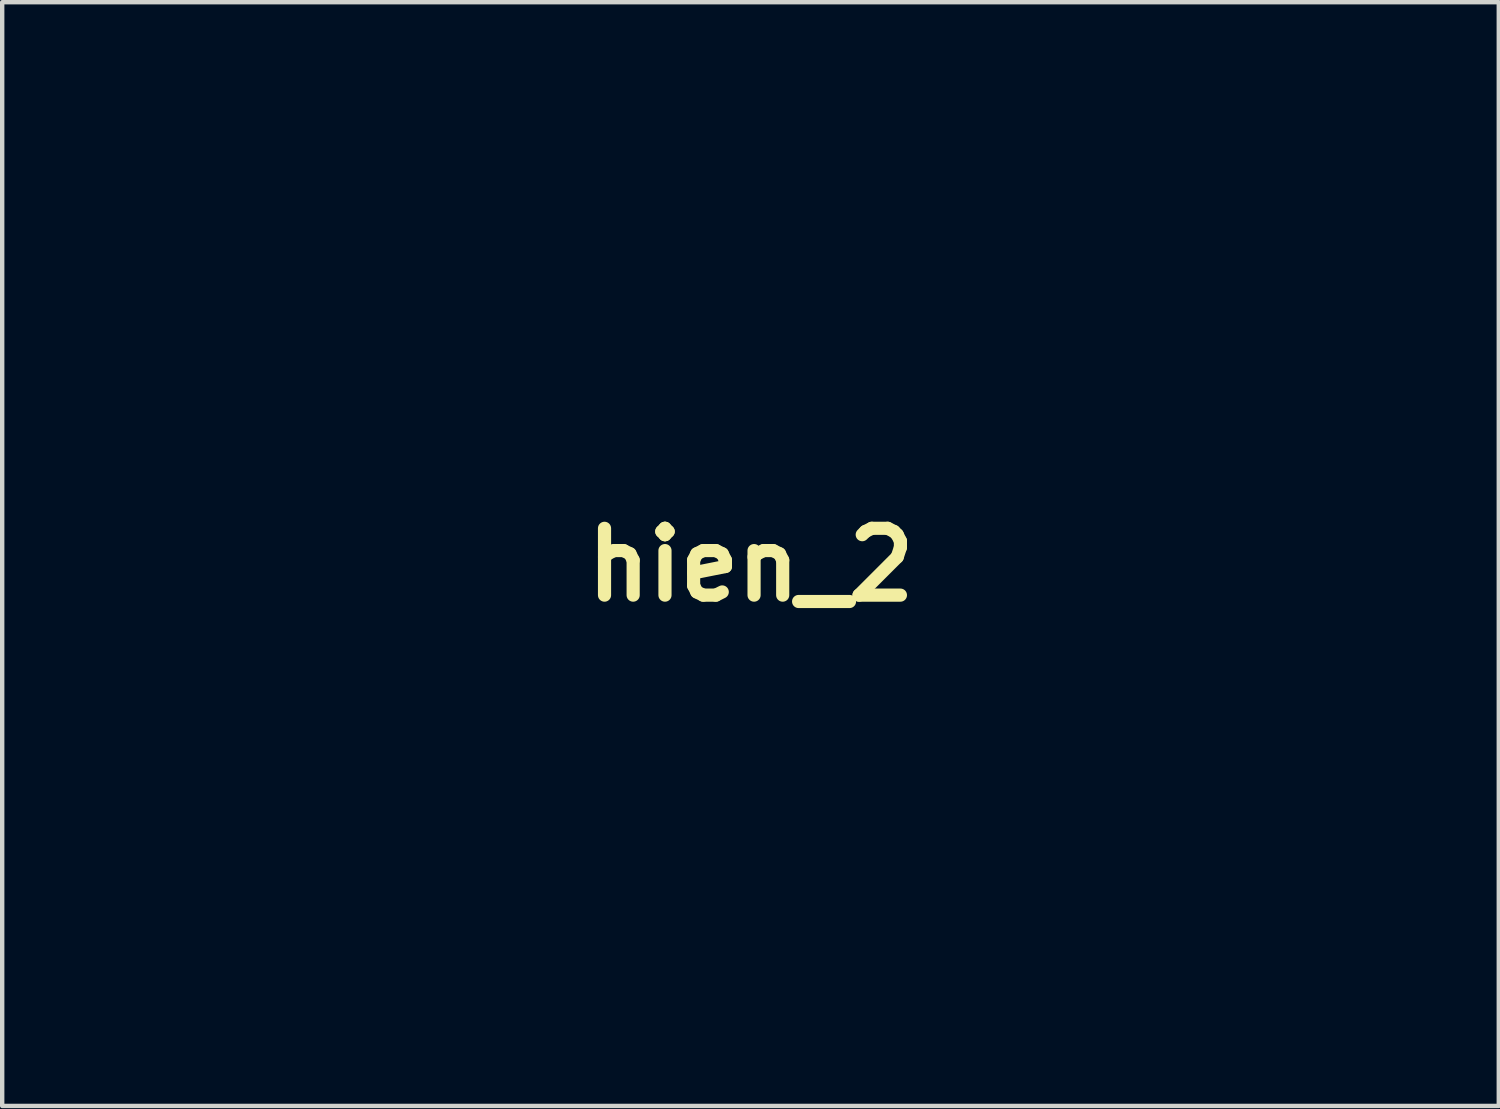
<source format=kicad_pcb>
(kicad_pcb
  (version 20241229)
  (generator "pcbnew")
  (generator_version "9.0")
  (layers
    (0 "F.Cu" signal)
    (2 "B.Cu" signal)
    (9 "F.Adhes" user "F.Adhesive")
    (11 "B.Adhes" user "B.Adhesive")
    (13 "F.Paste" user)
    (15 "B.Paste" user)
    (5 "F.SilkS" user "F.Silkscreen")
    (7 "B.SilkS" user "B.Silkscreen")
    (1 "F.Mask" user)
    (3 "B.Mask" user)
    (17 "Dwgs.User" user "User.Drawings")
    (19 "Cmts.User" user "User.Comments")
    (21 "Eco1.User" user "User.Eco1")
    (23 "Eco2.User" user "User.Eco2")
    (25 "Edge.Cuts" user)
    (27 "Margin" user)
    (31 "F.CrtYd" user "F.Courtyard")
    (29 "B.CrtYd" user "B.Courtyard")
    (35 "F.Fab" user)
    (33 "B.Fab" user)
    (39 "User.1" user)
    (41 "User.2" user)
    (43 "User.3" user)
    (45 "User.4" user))
  (footprint "hien_2"
    (layer "F.Cu")
    (at 14.077 9.835)
    (property "Reference" "hien_2" (at 0 0 0) (layer "F.SilkS") (effects (font (size 1.524 1.524) (thickness 0.3))))
    (attr through_hole)
    (fp_poly (pts (xy -2.325 -2.702) (xy -2.3 -2.619) (xy -2.31 -2.545) (xy -2.365 -2.462) (xy -2.435 -2.442) (xy -2.483 -2.488) (xy -2.488 -2.527) (xy -2.461 -2.65) (xy -2.44 -2.692) (xy -2.379 -2.735) (xy -2.325 -2.702)) (stroke (width 0.01) (type solid)) (fill yes) (layer "F.Mask"))
    (fp_poly (pts (xy -11.304 -9.329) (xy -11.232 -9.267) (xy -11.239 -9.194) (xy -11.316 -9.147) (xy -11.351 -9.144) (xy -11.457 -9.161) (xy -11.503 -9.189) (xy -11.499 -9.22) (xy -11.379 -9.22) (xy -11.354 -9.195) (xy -11.328 -9.22) (xy -11.354 -9.246) (xy -11.379 -9.22) (xy -11.499 -9.22) (xy -11.496 -9.254) (xy -11.428 -9.312) (xy -11.338 -9.336) (xy -11.304 -9.329)) (stroke (width 0.01) (type solid)) (fill yes) (layer "F.Mask"))
    (fp_poly (pts (xy 0.062 -9.387) (xy 0.093 -9.29) (xy 0.092 -9.277) (xy 0.039 -9.192) (xy -0.059 -9.15) (xy -0.161 -9.16) (xy -0.222 -9.222) (xy -0.243 -9.29) (xy -0.146 -9.29) (xy -0.129 -9.249) (xy -0.055 -9.197) (xy 0.02 -9.237) (xy 0.026 -9.246) (xy 0.014 -9.304) (xy -0.024 -9.328) (xy -0.116 -9.338) (xy -0.146 -9.29) (xy -0.243 -9.29) (xy -0.25 -9.311) (xy -0.221 -9.359) (xy -0.156 -9.396) (xy -0.03 -9.427) (xy 0.062 -9.387)) (stroke (width 0.01) (type solid)) (fill yes) (layer "F.Mask"))
    (fp_poly (pts (xy -5.385 -4.928) (xy -5.791 -4.928) (xy -5.791 -5.232) (xy -5.74 -5.232) (xy -5.736 -5.082) (xy -5.715 -5.006) (xy -5.664 -4.981) (xy -5.613 -4.978) (xy -5.538 -4.987) (xy -5.5 -5.029) (xy -5.488 -5.13) (xy -5.486 -5.232) (xy -5.491 -5.383) (xy -5.512 -5.458) (xy -5.562 -5.484) (xy -5.613 -5.486) (xy -5.689 -5.478) (xy -5.726 -5.436) (xy -5.739 -5.334) (xy -5.74 -5.232) (xy -5.791 -5.232) (xy -5.791 -5.537) (xy -5.385 -5.537) (xy -5.385 -4.928)) (stroke (width 0.01) (type solid)) (fill yes) (layer "F.Mask"))
    (fp_poly (pts (xy -5.814 -7.616) (xy -5.721 -7.521) (xy -5.687 -7.395) (xy -5.725 -7.269) (xy -5.818 -7.201) (xy -5.956 -7.173) (xy -6.086 -7.191) (xy -6.134 -7.221) (xy -6.192 -7.339) (xy -6.192 -7.374) (xy -6.135 -7.374) (xy -6.1 -7.294) (xy -5.992 -7.22) (xy -5.876 -7.247) (xy -5.82 -7.293) (xy -5.749 -7.39) (xy -5.766 -7.469) (xy -5.814 -7.516) (xy -5.923 -7.56) (xy -6.031 -7.538) (xy -6.11 -7.469) (xy -6.135 -7.374) (xy -6.192 -7.374) (xy -6.189 -7.478) (xy -6.129 -7.594) (xy -6.091 -7.623) (xy -5.945 -7.656) (xy -5.814 -7.616)) (stroke (width 0.01) (type solid)) (fill yes) (layer "F.Mask"))
    (fp_poly (pts (xy -3.131 -2.692) (xy -2.949 -2.672) (xy -2.836 -2.625) (xy -2.801 -2.561) (xy -2.852 -2.492) (xy -2.954 -2.443) (xy -3.091 -2.4) (xy -3.168 -2.395) (xy -3.222 -2.43) (xy -3.246 -2.457) (xy -3.278 -2.553) (xy -3.188 -2.553) (xy -3.168 -2.505) (xy -3.08 -2.496) (xy -2.95 -2.528) (xy -2.921 -2.54) (xy -2.864 -2.566) (xy -2.858 -2.582) (xy -2.919 -2.594) (xy -3.061 -2.607) (xy -3.107 -2.611) (xy -3.175 -2.576) (xy -3.188 -2.553) (xy -3.278 -2.553) (xy -3.281 -2.562) (xy -3.237 -2.653) (xy -3.133 -2.692) (xy -3.131 -2.692)) (stroke (width 0.01) (type solid)) (fill yes) (layer "F.Mask"))
    (fp_poly (pts (xy -3.804 -5.488) (xy -3.762 -5.32) (xy -3.759 -5.236) (xy -3.782 -5.031) (xy -3.85 -4.913) (xy -3.962 -4.877) (xy -4.069 -4.911) (xy -4.105 -4.938) (xy -4.139 -5.021) (xy -4.153 -5.11) (xy -4.106 -5.11) (xy -4.061 -5.009) (xy -3.965 -4.978) (xy -3.964 -4.978) (xy -3.903 -4.991) (xy -3.872 -5.046) (xy -3.861 -5.168) (xy -3.861 -5.236) (xy -3.865 -5.387) (xy -3.884 -5.461) (xy -3.93 -5.481) (xy -3.975 -5.477) (xy -4.06 -5.44) (xy -4.099 -5.34) (xy -4.106 -5.291) (xy -4.106 -5.11) (xy -4.153 -5.11) (xy -4.161 -5.166) (xy -4.166 -5.267) (xy -4.161 -5.425) (xy -4.139 -5.511) (xy -4.087 -5.552) (xy -4.038 -5.567) (xy -3.895 -5.569) (xy -3.804 -5.488)) (stroke (width 0.01) (type solid)) (fill yes) (layer "F.Mask"))
    (fp_poly (pts (xy -8 -9.393) (xy -7.749 -9.38) (xy -7.577 -9.355) (xy -7.472 -9.316) (xy -7.424 -9.26) (xy -7.417 -9.22) (xy -7.457 -9.14) (xy -7.515 -9.095) (xy -7.6 -9.077) (xy -7.766 -9.063) (xy -7.989 -9.054) (xy -8.249 -9.049) (xy -8.524 -9.05) (xy -8.792 -9.055) (xy -9.031 -9.064) (xy -9.221 -9.079) (xy -9.31 -9.091) (xy -9.473 -9.133) (xy -9.542 -9.18) (xy -9.533 -9.213) (xy -9.382 -9.213) (xy -9.381 -9.211) (xy -9.3 -9.181) (xy -9.14 -9.158) (xy -8.921 -9.141) (xy -8.666 -9.13) (xy -8.395 -9.127) (xy -8.13 -9.131) (xy -7.892 -9.142) (xy -7.704 -9.161) (xy -7.586 -9.188) (xy -7.573 -9.194) (xy -7.543 -9.235) (xy -7.607 -9.269) (xy -7.753 -9.295) (xy -7.973 -9.312) (xy -8.259 -9.316) (xy -8.306 -9.316) (xy -8.573 -9.31) (xy -8.829 -9.297) (xy -9.055 -9.279) (xy -9.235 -9.257) (xy -9.35 -9.235) (xy -9.382 -9.213) (xy -9.533 -9.213) (xy -9.526 -9.238) (xy -9.515 -9.25) (xy -9.417 -9.307) (xy -9.246 -9.349) (xy -8.994 -9.378) (xy -8.655 -9.393) (xy -8.341 -9.397) (xy -8 -9.393)) (stroke (width 0.01) (type solid)) (fill yes) (layer "F.Mask"))
    (fp_poly (pts (xy -6.35 -8.738) (xy -6.198 -8.738) (xy -6.099 -8.746) (xy -6.083 -8.763) (xy -5.944 -8.763) (xy -5.918 -8.738) (xy -5.893 -8.763) (xy -5.918 -8.788) (xy -5.944 -8.763) (xy -6.083 -8.763) (xy -6.056 -8.79) (xy -6.045 -8.9) (xy -6.045 -8.938) (xy -6.045 -8.941) (xy -5.986 -8.941) (xy -5.978 -8.869) (xy -5.961 -8.877) (xy -5.954 -8.981) (xy -5.961 -9.004) (xy -5.979 -9.011) (xy -5.986 -8.941) (xy -6.045 -8.941) (xy -6.039 -9.066) (xy -6.008 -9.121) (xy -5.93 -9.128) (xy -5.905 -9.127) (xy -5.813 -9.108) (xy -5.774 -9.05) (xy -5.766 -8.927) (xy -5.754 -8.797) (xy -5.712 -8.743) (xy -5.677 -8.738) (xy -5.616 -8.762) (xy -5.616 -8.763) (xy -5.486 -8.763) (xy -5.461 -8.738) (xy -5.436 -8.763) (xy -5.461 -8.788) (xy -5.486 -8.763) (xy -5.616 -8.763) (xy -5.591 -8.85) (xy -5.588 -8.93) (xy -5.587 -8.941) (xy -5.377 -8.941) (xy -5.369 -8.869) (xy -5.351 -8.877) (xy -5.344 -8.981) (xy -5.351 -9.004) (xy -5.37 -9.011) (xy -5.377 -8.941) (xy -5.587 -8.941) (xy -5.581 -9.056) (xy -5.545 -9.11) (xy -5.46 -9.121) (xy -5.448 -9.121) (xy -5.356 -9.109) (xy -5.317 -9.057) (xy -5.309 -8.935) (xy -5.309 -8.928) (xy -5.309 -8.738) (xy -5.042 -8.738) (xy -4.886 -8.742) (xy -4.807 -8.761) (xy -4.778 -8.807) (xy -4.775 -8.858) (xy -4.816 -9.003) (xy -4.877 -9.095) (xy -4.707 -9.095) (xy -4.685 -8.941) (xy -4.644 -8.823) (xy -4.566 -8.788) (xy -4.487 -8.807) (xy -4.47 -8.83) (xy -4.489 -8.865) (xy -4.214 -8.865) (xy -4.076 -8.833) (xy -3.888 -8.795) (xy -3.778 -8.798) (xy -3.725 -8.847) (xy -3.709 -8.954) (xy -3.708 -8.992) (xy -3.715 -9.116) (xy -3.454 -9.116) (xy -3.439 -9.025) (xy -3.384 -8.961) (xy -3.274 -8.921) (xy -3.095 -8.9) (xy -2.831 -8.892) (xy -2.781 -8.892) (xy -2.235 -8.89) (xy -2.235 -9.042) (xy -2.032 -9.042) (xy -2.024 -8.944) (xy -1.979 -8.901) (xy -1.868 -8.89) (xy -1.834 -8.89) (xy -1.675 -8.911) (xy -1.606 -8.97) (xy -1.573 -9.097) (xy -1.607 -9.166) (xy -1.721 -9.192) (xy -1.803 -9.195) (xy -1.944 -9.19) (xy -2.011 -9.165) (xy -2.031 -9.1) (xy -2.032 -9.042) (xy -2.235 -9.042) (xy -2.235 -9.195) (xy -2.845 -9.195) (xy -3.107 -9.193) (xy -3.283 -9.186) (xy -3.389 -9.173) (xy -3.441 -9.15) (xy -3.454 -9.116) (xy -3.715 -9.116) (xy -3.716 -9.123) (xy -3.748 -9.181) (xy -3.824 -9.195) (xy -3.832 -9.195) (xy -3.963 -9.147) (xy -4.085 -9.03) (xy -4.214 -8.865) (xy -4.489 -8.865) (xy -4.504 -8.891) (xy -4.526 -8.915) (xy -4.369 -8.915) (xy -4.343 -8.89) (xy -4.318 -8.915) (xy -4.343 -8.941) (xy -4.369 -8.915) (xy -4.526 -8.915) (xy -4.585 -8.98) (xy -4.589 -8.983) (xy -4.707 -9.095) (xy -4.877 -9.095) (xy -4.915 -9.15) (xy -5.042 -9.254) (xy -5.081 -9.271) (xy -5.143 -9.31) (xy -5.157 -9.347) (xy -4.695 -9.347) (xy -4.519 -9.197) (xy -4.414 -9.107) (xy -4.35 -9.052) (xy -4.34 -9.044) (xy -4.312 -9.079) (xy -4.244 -9.168) (xy -4.224 -9.195) (xy -4.112 -9.347) (xy -4.695 -9.347) (xy -5.157 -9.347) (xy -5.174 -9.394) (xy -5.175 -9.427) (xy -4.88 -9.427) (xy -4.863 -9.419) (xy -4.746 -9.412) (xy -4.537 -9.407) (xy -4.318 -9.406) (xy -4.14 -9.413) (xy -4.026 -9.425) (xy -3.995 -9.436) (xy -4.03 -9.453) (xy -4.142 -9.462) (xy -4.31 -9.461) (xy -4.335 -9.46) (xy -4.615 -9.448) (xy -4.797 -9.437) (xy -4.88 -9.427) (xy -5.175 -9.427) (xy -5.182 -9.55) (xy -5.182 -9.554) (xy -5.177 -9.703) (xy -5.156 -9.777) (xy -5.104 -9.802) (xy -5.055 -9.804) (xy -4.958 -9.783) (xy -4.928 -9.701) (xy -4.928 -9.677) (xy -4.924 -9.616) (xy -4.898 -9.578) (xy -4.831 -9.559) (xy -4.701 -9.551) (xy -4.501 -9.55) (xy -4.293 -9.552) (xy -4.165 -9.561) (xy -4.094 -9.582) (xy -4.06 -9.623) (xy -4.051 -9.652) (xy -3.962 -9.652) (xy -3.944 -9.61) (xy -3.929 -9.618) (xy -3.922 -9.678) (xy -3.929 -9.686) (xy -3.959 -9.679) (xy -3.962 -9.652) (xy -4.051 -9.652) (xy -4.043 -9.677) (xy -3.981 -9.782) (xy -3.904 -9.804) (xy -3.837 -9.794) (xy -3.815 -9.743) (xy -3.826 -9.625) (xy -3.83 -9.601) (xy -3.843 -9.468) (xy -3.823 -9.408) (xy -3.785 -9.398) (xy -3.732 -9.431) (xy -3.71 -9.54) (xy -3.708 -9.601) (xy -3.701 -9.732) (xy -3.669 -9.79) (xy -3.592 -9.804) (xy -3.581 -9.804) (xy -3.5 -9.793) (xy -3.463 -9.741) (xy -3.454 -9.619) (xy -3.454 -9.601) (xy -3.454 -9.398) (xy -2.235 -9.398) (xy -2.235 -9.601) (xy -2.227 -9.734) (xy -2.192 -9.793) (xy -2.134 -9.804) (xy -2.067 -9.787) (xy -2.038 -9.718) (xy -2.032 -9.601) (xy -2.032 -9.398) (xy -1.524 -9.398) (xy -1.524 -9.601) (xy -1.512 -9.731) (xy -1.48 -9.8) (xy -1.468 -9.804) (xy -1.446 -9.758) (xy -1.438 -9.635) (xy -1.443 -9.458) (xy -1.459 -9.252) (xy -1.486 -9.039) (xy -1.505 -8.928) (xy -1.532 -8.788) (xy -2.49 -8.788) (xy -2.825 -8.789) (xy -3.074 -8.792) (xy -3.247 -8.799) (xy -3.36 -8.81) (xy -3.426 -8.828) (xy -3.459 -8.852) (xy -3.47 -8.877) (xy -3.489 -8.923) (xy -3.498 -8.871) (xy -3.499 -8.852) (xy -3.505 -8.738) (xy -2.467 -8.738) (xy -2.095 -8.74) (xy -1.793 -8.747) (xy -1.571 -8.759) (xy -1.436 -8.774) (xy -1.397 -8.789) (xy -1.394 -8.801) (xy 0.194 -8.801) (xy 0.202 -8.762) (xy 0.222 -8.733) (xy 0.267 -8.712) (xy 0.352 -8.699) (xy 0.49 -8.691) (xy 0.693 -8.688) (xy 0.977 -8.687) (xy 1.197 -8.687) (xy 2.184 -8.687) (xy 2.184 -9.271) (xy 2.235 -9.271) (xy 2.235 -9.004) (xy 2.235 -8.738) (xy 2.883 -8.743) (xy 3.112 -8.747) (xy 3.287 -8.755) (xy 3.391 -8.767) (xy 3.413 -8.78) (xy 3.404 -8.783) (xy 3.296 -8.837) (xy 3.283 -8.89) (xy 3.353 -8.89) (xy 3.396 -8.852) (xy 3.48 -8.839) (xy 3.575 -8.857) (xy 3.607 -8.89) (xy 3.563 -8.928) (xy 3.48 -8.941) (xy 3.384 -8.923) (xy 3.353 -8.89) (xy 3.283 -8.89) (xy 3.28 -8.902) (xy 3.349 -8.957) (xy 3.467 -8.982) (xy 3.593 -8.985) (xy 3.647 -8.956) (xy 3.658 -8.886) (xy 3.661 -8.84) (xy 3.681 -8.81) (xy 3.734 -8.793) (xy 3.837 -8.788) (xy 4.006 -8.793) (xy 4.257 -8.805) (xy 4.305 -8.807) (xy 4.595 -8.824) (xy 4.888 -8.842) (xy 5.148 -8.859) (xy 5.215 -8.865) (xy 6.28 -8.865) (xy 6.338 -8.857) (xy 6.452 -8.854) (xy 6.577 -8.858) (xy 6.624 -8.866) (xy 6.591 -8.876) (xy 6.427 -8.884) (xy 6.312 -8.876) (xy 6.28 -8.865) (xy 5.215 -8.865) (xy 5.321 -8.873) (xy 5.69 -8.904) (xy 5.69 -9.601) (xy 5.791 -9.601) (xy 5.791 -8.9) (xy 5.892 -8.91) (xy 6.855 -8.91) (xy 6.925 -8.902) (xy 6.96 -8.902) (xy 7.052 -8.907) (xy 7.063 -8.92) (xy 7.048 -8.925) (xy 6.92 -8.933) (xy 6.871 -8.925) (xy 6.855 -8.91) (xy 5.892 -8.91) (xy 5.982 -8.92) (xy 6.095 -8.931) (xy 6.288 -8.949) (xy 6.37 -8.956) (xy 7.398 -8.956) (xy 7.468 -8.949) (xy 7.54 -8.957) (xy 7.531 -8.974) (xy 7.427 -8.981) (xy 7.404 -8.974) (xy 7.398 -8.956) (xy 6.37 -8.956) (xy 6.541 -8.971) (xy 6.831 -8.997) (xy 6.942 -9.007) (xy 7.855 -9.007) (xy 7.925 -9) (xy 7.997 -9.008) (xy 7.988 -9.025) (xy 7.884 -9.032) (xy 7.861 -9.025) (xy 7.855 -9.007) (xy 6.942 -9.007) (xy 7.061 -9.017) (xy 7.444 -9.05) (xy 7.639 -9.068) (xy 8.382 -9.068) (xy 8.407 -9.042) (xy 8.433 -9.068) (xy 8.407 -9.093) (xy 8.382 -9.068) (xy 7.639 -9.068) (xy 7.737 -9.077) (xy 7.952 -9.1) (xy 8.102 -9.123) (xy 8.121 -9.129) (xy 10.483 -9.129) (xy 10.491 -9.078) (xy 10.517 -8.939) (xy 10.559 -8.72) (xy 10.615 -8.433) (xy 10.683 -8.087) (xy 10.762 -7.694) (xy 10.848 -7.263) (xy 10.899 -7.01) (xy 10.99 -6.561) (xy 11.074 -6.143) (xy 11.15 -5.766) (xy 11.215 -5.441) (xy 11.267 -5.179) (xy 11.304 -4.989) (xy 11.324 -4.883) (xy 11.327 -4.864) (xy 11.374 -4.845) (xy 11.496 -4.831) (xy 11.659 -4.826) (xy 11.989 -4.826) (xy 11.989 -7.087) (xy 12.063 -7.087) (xy 12.063 -6.661) (xy 12.064 -6.305) (xy 12.065 -6.023) (xy 12.067 -5.82) (xy 12.069 -5.7) (xy 12.072 -5.667) (xy 12.074 -5.726) (xy 12.077 -5.882) (xy 12.078 -5.927) (xy 12.082 -6.35) (xy 12.083 -6.833) (xy 12.083 -7.337) (xy 12.081 -7.822) (xy 12.078 -8.213) (xy 12.075 -8.396) (xy 12.072 -8.481) (xy 12.07 -8.473) (xy 12.068 -8.377) (xy 12.066 -8.195) (xy 12.064 -7.934) (xy 12.063 -7.596) (xy 12.063 -7.187) (xy 12.063 -7.087) (xy 11.989 -7.087) (xy 11.989 -7.628) (xy 11.987 -8.077) (xy 11.985 -8.442) (xy 11.982 -8.73) (xy 11.976 -8.951) (xy 11.969 -9.114) (xy 11.96 -9.226) (xy 11.947 -9.296) (xy 11.932 -9.334) (xy 11.914 -9.347) (xy 11.909 -9.347) (xy 12.192 -9.347) (xy 12.192 -4.267) (xy 12.442 -4.267) (xy 12.592 -4.271) (xy 12.676 -4.299) (xy 12.728 -4.374) (xy 12.771 -4.483) (xy 12.798 -4.594) (xy 12.833 -4.789) (xy 12.872 -5.051) (xy 12.913 -5.363) (xy 12.953 -5.709) (xy 12.979 -5.944) (xy 13.016 -6.298) (xy 13.051 -6.626) (xy 13.082 -6.914) (xy 13.108 -7.143) (xy 13.127 -7.298) (xy 13.134 -7.353) (xy 13.144 -7.467) (xy 13.112 -7.512) (xy 13.058 -7.518) (xy 13.02 -7.523) (xy 12.993 -7.544) (xy 12.974 -7.598) (xy 12.963 -7.699) (xy 12.957 -7.859) (xy 12.954 -8.095) (xy 12.954 -8.374) (xy 12.954 -8.382) (xy 13.056 -8.382) (xy 13.059 -8.1) (xy 13.067 -7.87) (xy 13.08 -7.707) (xy 13.097 -7.626) (xy 13.103 -7.62) (xy 13.138 -7.665) (xy 13.17 -7.779) (xy 13.179 -7.836) (xy 13.226 -8.214) (xy 13.26 -8.503) (xy 13.28 -8.718) (xy 13.287 -8.869) (xy 13.282 -8.971) (xy 13.264 -9.034) (xy 13.235 -9.073) (xy 13.226 -9.079) (xy 13.137 -9.132) (xy 13.097 -9.144) (xy 13.082 -9.096) (xy 13.07 -8.964) (xy 13.061 -8.766) (xy 13.056 -8.519) (xy 13.056 -8.382) (xy 12.954 -8.382) (xy 12.954 -9.229) (xy 12.825 -9.288) (xy 12.695 -9.324) (xy 12.52 -9.345) (xy 12.444 -9.347) (xy 12.192 -9.347) (xy 11.909 -9.347) (xy 11.909 -9.347) (xy 11.835 -9.34) (xy 11.687 -9.321) (xy 11.489 -9.292) (xy 11.263 -9.259) (xy 11.031 -9.223) (xy 10.815 -9.189) (xy 10.637 -9.159) (xy 10.519 -9.138) (xy 10.483 -9.129) (xy 8.121 -9.129) (xy 8.198 -9.151) (xy 8.252 -9.185) (xy 8.276 -9.23) (xy 8.282 -9.29) (xy 8.28 -9.367) (xy 8.28 -9.375) (xy 8.28 -9.601) (xy 5.791 -9.601) (xy 5.69 -9.601) (xy 4.102 -9.6) (xy 3.707 -9.599) (xy 3.355 -9.595) (xy 3.056 -9.589) (xy 2.82 -9.581) (xy 2.66 -9.572) (xy 2.585 -9.562) (xy 2.583 -9.557) (xy 2.629 -9.478) (xy 2.633 -9.392) (xy 2.606 -9.311) (xy 2.535 -9.277) (xy 2.426 -9.271) (xy 2.235 -9.271) (xy 2.184 -9.271) (xy 2.184 -9.41) (xy 2.3 -9.41) (xy 2.339 -9.345) (xy 2.343 -9.342) (xy 2.418 -9.303) (xy 2.438 -9.298) (xy 2.498 -9.322) (xy 2.534 -9.342) (xy 2.577 -9.407) (xy 2.54 -9.47) (xy 2.444 -9.5) (xy 2.438 -9.5) (xy 2.339 -9.472) (xy 2.3 -9.41) (xy 2.184 -9.41) (xy 2.184 -9.584) (xy 2.252 -9.584) (xy 2.259 -9.554) (xy 2.286 -9.55) (xy 2.328 -9.569) (xy 2.32 -9.584) (xy 2.26 -9.59) (xy 2.252 -9.584) (xy 2.184 -9.584) (xy 2.184 -9.601) (xy 1.892 -9.6) (xy 1.733 -9.595) (xy 1.665 -9.581) (xy 1.677 -9.554) (xy 1.689 -9.546) (xy 1.763 -9.46) (xy 1.778 -9.399) (xy 1.735 -9.269) (xy 1.628 -9.182) (xy 1.49 -9.145) (xy 1.351 -9.168) (xy 1.254 -9.248) (xy 1.197 -9.316) (xy 1.163 -9.301) (xy 1.15 -9.27) (xy 1.083 -9.207) (xy 0.989 -9.206) (xy 0.91 -9.257) (xy 0.889 -9.322) (xy 0.896 -9.347) (xy 0.965 -9.347) (xy 1.004 -9.298) (xy 1.016 -9.296) (xy 1.065 -9.335) (xy 1.067 -9.347) (xy 1.046 -9.373) (xy 1.27 -9.373) (xy 1.309 -9.291) (xy 1.359 -9.25) (xy 1.442 -9.205) (xy 1.499 -9.208) (xy 1.578 -9.247) (xy 1.659 -9.332) (xy 1.668 -9.433) (xy 1.605 -9.512) (xy 1.577 -9.524) (xy 1.456 -9.527) (xy 1.341 -9.479) (xy 1.275 -9.401) (xy 1.27 -9.373) (xy 1.046 -9.373) (xy 1.028 -9.397) (xy 1.016 -9.398) (xy 0.967 -9.359) (xy 0.965 -9.347) (xy 0.896 -9.347) (xy 0.91 -9.394) (xy 0.992 -9.417) (xy 1.046 -9.417) (xy 1.198 -9.446) (xy 1.262 -9.506) (xy 1.29 -9.564) (xy 1.263 -9.592) (xy 1.162 -9.601) (xy 1.093 -9.601) (xy 0.956 -9.592) (xy 0.874 -9.568) (xy 0.864 -9.554) (xy 0.833 -9.488) (xy 0.759 -9.384) (xy 0.737 -9.357) (xy 0.66 -9.255) (xy 0.651 -9.201) (xy 0.686 -9.176) (xy 0.753 -9.109) (xy 0.749 -9.019) (xy 0.684 -8.958) (xy 0.587 -8.965) (xy 0.519 -9.004) (xy 0.445 -9.051) (xy 0.371 -9.037) (xy 0.305 -8.998) (xy 0.205 -8.893) (xy 0.194 -8.801) (xy -1.394 -8.801) (xy -1.379 -8.86) (xy -1.36 -9.006) (xy -1.351 -9.103) (xy -1.237 -9.103) (xy -1.234 -8.988) (xy -1.221 -8.941) (xy -1.221 -8.941) (xy -1.195 -8.987) (xy -1.182 -9.042) (xy -1.067 -9.042) (xy -1.048 -9.001) (xy -1.033 -9.009) (xy -1.027 -9.069) (xy -1.033 -9.076) (xy -1.063 -9.069) (xy -1.067 -9.042) (xy -1.182 -9.042) (xy -1.167 -9.107) (xy -1.156 -9.184) (xy -0.99 -9.184) (xy -0.961 -9.113) (xy -0.866 -9.056) (xy -0.747 -9.047) (xy -0.651 -9.086) (xy -0.628 -9.119) (xy -0.634 -9.221) (xy -0.703 -9.313) (xy -0.79 -9.347) (xy -0.877 -9.314) (xy -0.938 -9.266) (xy -0.99 -9.184) (xy -1.156 -9.184) (xy -1.146 -9.251) (xy -1.14 -9.334) (xy -1.036 -9.334) (xy -1.006 -9.337) (xy -1 -9.343) (xy -0.914 -9.382) (xy -0.782 -9.398) (xy -0.779 -9.398) (xy -0.627 -9.363) (xy -0.542 -9.271) (xy -0.538 -9.144) (xy -0.559 -9.093) (xy -0.586 -9.019) (xy -0.54 -8.994) (xy -0.481 -8.992) (xy -0.349 -9.004) (xy -0.179 -9.035) (xy -0.127 -9.048) (xy -0.054 -9.076) (xy 0.576 -9.076) (xy 0.583 -9.046) (xy 0.61 -9.042) (xy 0.651 -9.061) (xy 0.643 -9.076) (xy 0.583 -9.082) (xy 0.576 -9.076) (xy -0.054 -9.076) (xy 0.012 -9.102) (xy 0.171 -9.192) (xy 0.209 -9.218) (xy 0.424 -9.218) (xy 0.451 -9.233) (xy 0.542 -9.322) (xy 0.558 -9.338) (xy 0.665 -9.458) (xy 0.728 -9.551) (xy 0.736 -9.592) (xy 0.686 -9.583) (xy 0.642 -9.531) (xy 0.572 -9.427) (xy 0.478 -9.296) (xy 0.464 -9.277) (xy 0.424 -9.218) (xy 0.209 -9.218) (xy 0.324 -9.298) (xy 0.444 -9.403) (xy 0.505 -9.487) (xy 0.508 -9.504) (xy 0.46 -9.52) (xy 0.326 -9.535) (xy 0.123 -9.545) (xy -0.133 -9.55) (xy -0.248 -9.55) (xy -1.004 -9.55) (xy -1.029 -9.42) (xy -1.036 -9.334) (xy -1.14 -9.334) (xy -1.131 -9.453) (xy -1.138 -9.576) (xy -1.167 -9.612) (xy -1.187 -9.597) (xy -1.206 -9.533) (xy -1.221 -9.408) (xy -1.233 -9.254) (xy -1.237 -9.103) (xy -1.351 -9.103) (xy -1.342 -9.202) (xy -1.335 -9.299) (xy -1.318 -9.504) (xy -1.295 -9.668) (xy -1.272 -9.767) (xy -1.262 -9.784) (xy -1.222 -9.773) (xy -1.219 -9.757) (xy -1.172 -9.736) (xy -1.041 -9.72) (xy -0.845 -9.709) (xy -0.604 -9.702) (xy -0.334 -9.699) (xy -0.056 -9.7) (xy 0.214 -9.706) (xy 0.457 -9.716) (xy 0.653 -9.729) (xy 0.785 -9.747) (xy 0.834 -9.766) (xy 0.867 -9.804) (xy 0.893 -9.766) (xy 0.948 -9.755) (xy 1.093 -9.745) (xy 1.321 -9.735) (xy 1.62 -9.727) (xy 1.981 -9.72) (xy 2.395 -9.714) (xy 2.852 -9.708) (xy 3.341 -9.704) (xy 3.854 -9.701) (xy 4.38 -9.699) (xy 4.91 -9.698) (xy 5.434 -9.699) (xy 5.943 -9.7) (xy 6.426 -9.703) (xy 6.874 -9.707) (xy 7.277 -9.712) (xy 7.625 -9.718) (xy 7.909 -9.725) (xy 8.12 -9.734) (xy 8.246 -9.744) (xy 8.28 -9.754) (xy 8.319 -9.803) (xy 8.331 -9.804) (xy 8.358 -9.758) (xy 8.376 -9.634) (xy 8.382 -9.47) (xy 8.382 -9.136) (xy 8.522 -9.163) (xy 8.644 -9.182) (xy 8.826 -9.204) (xy 9.013 -9.224) (xy 9.449 -9.224) (xy 9.49 -9.219) (xy 9.546 -9.23) (xy 9.669 -9.226) (xy 9.737 -9.199) (xy 9.855 -9.166) (xy 9.976 -9.169) (xy 10.107 -9.188) (xy 10.192 -9.195) (xy 10.246 -9.239) (xy 10.262 -9.328) (xy 10.257 -9.406) (xy 10.224 -9.441) (xy 10.14 -9.444) (xy 10 -9.427) (xy 9.833 -9.394) (xy 9.668 -9.345) (xy 9.532 -9.29) (xy 9.456 -9.24) (xy 9.449 -9.224) (xy 9.013 -9.224) (xy 9.017 -9.224) (xy 9.207 -9.251) (xy 9.365 -9.288) (xy 9.454 -9.329) (xy 9.552 -9.387) (xy 9.701 -9.447) (xy 9.759 -9.466) (xy 9.982 -9.531) (xy 9.709 -9.565) (xy 9.686 -9.569) (xy 10.26 -9.569) (xy 10.274 -9.565) (xy 10.347 -9.499) (xy 10.363 -9.394) (xy 10.382 -9.286) (xy 10.427 -9.245) (xy 10.497 -9.252) (xy 10.649 -9.272) (xy 10.862 -9.302) (xy 11.118 -9.34) (xy 11.252 -9.36) (xy 11.976 -9.468) (xy 12.04 -9.468) (xy 12.085 -9.457) (xy 12.199 -9.45) (xy 12.255 -9.45) (xy 12.378 -9.458) (xy 12.418 -9.479) (xy 12.407 -9.491) (xy 12.33 -9.51) (xy 12.216 -9.511) (xy 12.106 -9.499) (xy 12.043 -9.476) (xy 12.04 -9.468) (xy 11.976 -9.468) (xy 12.014 -9.474) (xy 11.278 -9.505) (xy 10.998 -9.518) (xy 10.741 -9.533) (xy 10.53 -9.547) (xy 10.389 -9.559) (xy 10.363 -9.562) (xy 10.271 -9.573) (xy 10.26 -9.569) (xy 9.686 -9.569) (xy 9.552 -9.595) (xy 9.402 -9.643) (xy 9.283 -9.697) (xy 9.215 -9.748) (xy 9.219 -9.786) (xy 9.231 -9.791) (xy 9.314 -9.781) (xy 9.408 -9.735) (xy 9.522 -9.688) (xy 9.694 -9.646) (xy 9.83 -9.624) (xy 10.135 -9.588) (xy 10.008 -9.694) (xy 9.941 -9.77) (xy 9.957 -9.803) (xy 10.043 -9.785) (xy 10.105 -9.756) (xy 10.25 -9.706) (xy 10.462 -9.665) (xy 10.708 -9.638) (xy 10.953 -9.627) (xy 11.121 -9.635) (xy 11.65 -9.635) (xy 11.657 -9.605) (xy 11.684 -9.601) (xy 11.726 -9.62) (xy 11.718 -9.635) (xy 11.658 -9.641) (xy 11.65 -9.635) (xy 11.121 -9.635) (xy 11.136 -9.636) (xy 11.294 -9.659) (xy 11.374 -9.686) (xy 11.371 -9.708) (xy 11.322 -9.756) (xy 11.358 -9.781) (xy 11.468 -9.778) (xy 11.609 -9.753) (xy 11.768 -9.725) (xy 11.858 -9.732) (xy 11.899 -9.764) (xy 11.945 -9.803) (xy 11.972 -9.766) (xy 12.039 -9.725) (xy 12.19 -9.705) (xy 12.268 -9.703) (xy 12.447 -9.715) (xy 12.55 -9.748) (xy 12.565 -9.766) (xy 12.6 -9.803) (xy 12.633 -9.77) (xy 12.691 -9.739) (xy 12.813 -9.734) (xy 13.016 -9.753) (xy 13.031 -9.755) (xy 13.234 -9.777) (xy 13.449 -9.791) (xy 13.658 -9.798) (xy 13.84 -9.799) (xy 13.979 -9.792) (xy 14.055 -9.779) (xy 14.049 -9.758) (xy 14.045 -9.756) (xy 13.957 -9.734) (xy 13.791 -9.704) (xy 13.569 -9.669) (xy 13.316 -9.634) (xy 13.284 -9.63) (xy 13.038 -9.597) (xy 12.832 -9.568) (xy 12.685 -9.546) (xy 12.616 -9.533) (xy 12.614 -9.532) (xy 12.65 -9.506) (xy 12.758 -9.446) (xy 12.919 -9.364) (xy 13.006 -9.321) (xy 13.186 -9.228) (xy 13.326 -9.145) (xy 13.402 -9.086) (xy 13.411 -9.071) (xy 13.406 -8.985) (xy 13.39 -8.811) (xy 13.365 -8.564) (xy 13.333 -8.256) (xy 13.294 -7.899) (xy 13.252 -7.508) (xy 13.206 -7.094) (xy 13.159 -6.671) (xy 13.111 -6.252) (xy 13.065 -5.85) (xy 13.022 -5.477) (xy 12.983 -5.147) (xy 12.949 -4.872) (xy 12.923 -4.665) (xy 12.905 -4.54) (xy 12.899 -4.511) (xy 12.806 -4.294) (xy 12.654 -4.074) (xy 12.471 -3.889) (xy 12.345 -3.802) (xy 12.112 -3.727) (xy 11.846 -3.714) (xy 11.594 -3.767) (xy 11.568 -3.777) (xy 11.475 -3.835) (xy 11.684 -3.835) (xy 11.709 -3.81) (xy 11.735 -3.835) (xy 12.141 -3.835) (xy 12.167 -3.81) (xy 12.192 -3.835) (xy 12.167 -3.861) (xy 12.141 -3.835) (xy 11.735 -3.835) (xy 11.709 -3.861) (xy 11.684 -3.835) (xy 11.475 -3.835) (xy 11.417 -3.872) (xy 11.345 -3.937) (xy 11.481 -3.937) (xy 11.506 -3.912) (xy 11.532 -3.937) (xy 11.506 -3.962) (xy 11.481 -3.937) (xy 11.345 -3.937) (xy 11.246 -4.026) (xy 11.084 -4.21) (xy 11.029 -4.293) (xy 11.125 -4.293) (xy 11.151 -4.267) (xy 11.176 -4.293) (xy 11.151 -4.318) (xy 11.125 -4.293) (xy 11.029 -4.293) (xy 10.96 -4.395) (xy 10.952 -4.411) (xy 10.924 -4.49) (xy 10.874 -4.658) (xy 10.856 -4.724) (xy 11.021 -4.724) (xy 11.104 -4.559) (xy 11.286 -4.267) (xy 11.494 -4.06) (xy 11.644 -3.969) (xy 11.807 -3.894) (xy 11.923 -3.867) (xy 12.035 -3.884) (xy 12.156 -3.929) (xy 12.289 -4.001) (xy 12.387 -4.079) (xy 12.389 -4.082) (xy 12.424 -4.137) (xy 12.392 -4.16) (xy 12.277 -4.166) (xy 12.09 -4.166) (xy 12.09 -4.724) (xy 11.021 -4.724) (xy 10.856 -4.724) (xy 10.806 -4.902) (xy 10.722 -5.213) (xy 10.626 -5.58) (xy 10.519 -5.991) (xy 10.405 -6.437) (xy 10.319 -6.782) (xy 10.202 -7.243) (xy 10.091 -7.674) (xy 9.988 -8.066) (xy 9.896 -8.408) (xy 9.817 -8.69) (xy 9.755 -8.902) (xy 9.715 -9.023) (xy 9.87 -9.023) (xy 9.88 -8.974) (xy 9.912 -8.839) (xy 9.962 -8.63) (xy 10.029 -8.361) (xy 10.108 -8.043) (xy 10.196 -7.688) (xy 10.29 -7.311) (xy 10.388 -6.922) (xy 10.485 -6.535) (xy 10.579 -6.161) (xy 10.667 -5.814) (xy 10.746 -5.506) (xy 10.812 -5.249) (xy 10.862 -5.056) (xy 10.893 -4.94) (xy 10.9 -4.917) (xy 10.966 -4.846) (xy 11.096 -4.826) (xy 11.263 -4.826) (xy 10.827 -6.976) (xy 10.39 -9.126) (xy 10.135 -9.08) (xy 9.989 -9.051) (xy 9.891 -9.03) (xy 9.87 -9.023) (xy 9.715 -9.023) (xy 9.712 -9.033) (xy 9.694 -9.073) (xy 9.629 -9.11) (xy 9.523 -9.118) (xy 9.347 -9.098) (xy 9.321 -9.093) (xy 8.627 -8.991) (xy 7.846 -8.893) (xy 6.991 -8.799) (xy 6.078 -8.711) (xy 5.12 -8.632) (xy 4.132 -8.561) (xy 3.128 -8.5) (xy 2.413 -8.463) (xy 2.002 -8.444) (xy 1.679 -8.427) (xy 1.43 -8.411) (xy 1.243 -8.395) (xy 1.103 -8.376) (xy 0.997 -8.354) (xy 0.911 -8.326) (xy 0.833 -8.291) (xy 0.787 -8.268) (xy 0.498 -8.081) (xy 0.287 -7.851) (xy 0.159 -7.62) (xy 0.134 -7.531) (xy 0.097 -7.351) (xy 0.048 -7.09) (xy -0.011 -6.756) (xy -0.078 -6.357) (xy -0.153 -5.901) (xy -0.234 -5.396) (xy -0.321 -4.851) (xy -0.411 -4.274) (xy -0.503 -3.673) (xy -0.597 -3.057) (xy -0.691 -2.433) (xy -0.784 -1.811) (xy -0.875 -1.198) (xy -0.962 -0.602) (xy -1.044 -0.032) (xy -1.12 0.503) (xy -1.188 0.997) (xy -1.248 1.439) (xy -1.298 1.823) (xy -1.337 2.139) (xy -1.364 2.381) (xy -1.377 2.538) (xy -1.375 2.603) (xy -1.375 2.604) (xy -1.355 2.674) (xy -1.354 2.8) (xy -1.372 2.996) (xy -1.41 3.274) (xy -1.422 3.35) (xy -1.46 3.596) (xy -1.492 3.805) (xy -1.514 3.957) (xy -1.524 4.031) (xy -1.524 4.035) (xy -1.565 4.061) (xy -1.6 4.064) (xy -1.668 4.092) (xy -1.676 4.116) (xy -1.685 4.224) (xy -1.709 4.416) (xy -1.745 4.676) (xy -1.792 4.989) (xy -1.847 5.342) (xy -1.907 5.718) (xy -1.97 6.105) (xy -2.035 6.486) (xy -2.097 6.848) (xy -2.155 7.175) (xy -2.206 7.452) (xy -2.249 7.666) (xy -2.28 7.801) (xy -2.29 7.833) (xy -2.505 8.247) (xy -2.799 8.613) (xy -3.157 8.917) (xy -3.563 9.147) (xy -4.002 9.29) (xy -4.003 9.291) (xy -4.328 9.335) (xy -4.643 9.336) (xy -4.914 9.295) (xy -4.985 9.272) (xy -5.335 9.094) (xy -5.483 8.966) (xy -5.359 8.966) (xy -5.182 9.063) (xy -4.992 9.153) (xy -4.811 9.219) (xy -4.707 9.241) (xy -4.692 9.223) (xy -4.46 9.223) (xy -4.399 9.231) (xy -4.343 9.233) (xy -4.239 9.229) (xy -4.212 9.217) (xy -4.229 9.211) (xy -4.351 9.201) (xy -4.432 9.21) (xy -4.46 9.223) (xy -4.692 9.223) (xy -4.681 9.209) (xy -4.685 9.185) (xy -4.703 9.161) (xy -3.996 9.161) (xy -3.989 9.191) (xy -3.962 9.195) (xy -3.921 9.176) (xy -3.929 9.161) (xy -3.989 9.155) (xy -3.996 9.161) (xy -4.703 9.161) (xy -4.771 9.07) (xy -4.922 8.986) (xy -5.102 8.949) (xy -5.16 8.95) (xy -5.359 8.966) (xy -5.483 8.966) (xy -5.624 8.844) (xy -5.838 8.535) (xy -5.897 8.407) (xy -5.927 8.285) (xy -5.951 8.116) (xy -5.864 8.116) (xy -5.808 8.33) (xy -5.703 8.547) (xy -5.675 8.591) (xy -5.611 8.678) (xy -5.546 8.731) (xy -5.452 8.761) (xy -5.302 8.779) (xy -5.163 8.788) (xy -4.959 8.804) (xy -4.827 8.827) (xy -4.739 8.868) (xy -4.666 8.935) (xy -4.631 8.975) (xy -4.529 9.075) (xy -4.417 9.126) (xy -4.27 9.133) (xy -4.188 9.119) (xy -3.81 9.119) (xy -3.785 9.144) (xy -3.759 9.119) (xy -3.785 9.093) (xy -3.81 9.119) (xy -4.188 9.119) (xy -4.065 9.097) (xy -3.935 9.065) (xy -3.807 9.017) (xy -3.556 9.017) (xy -3.531 9.042) (xy -3.505 9.017) (xy -3.531 8.992) (xy -3.556 9.017) (xy -3.807 9.017) (xy -3.498 8.901) (xy -3.113 8.652) (xy -2.789 8.326) (xy -2.658 8.143) (xy -2.57 8) (xy -2.508 7.894) (xy -2.489 7.851) (xy -2.538 7.844) (xy -2.677 7.838) (xy -2.893 7.833) (xy -3.176 7.829) (xy -3.512 7.825) (xy -3.891 7.824) (xy -4.16 7.823) (xy -5.831 7.823) (xy -5.86 7.941) (xy -5.864 8.116) (xy -5.951 8.116) (xy -5.954 8.097) (xy -5.972 7.879) (xy -5.975 7.823) (xy -5.986 7.625) (xy -6.003 7.353) (xy -6.026 7.035) (xy -6.052 6.699) (xy -6.071 6.477) (xy -6.103 6.093) (xy -6.139 5.653) (xy -6.156 5.448) (xy -6.046 5.448) (xy -6.042 5.544) (xy -6.032 5.716) (xy -6.015 5.948) (xy -5.995 6.219) (xy -5.972 6.513) (xy -5.948 6.811) (xy -5.924 7.094) (xy -5.903 7.343) (xy -5.884 7.542) (xy -5.87 7.67) (xy -5.864 7.709) (xy -5.818 7.741) (xy -5.696 7.761) (xy -5.488 7.771) (xy -5.336 7.772) (xy -4.826 7.772) (xy -4.826 5.334) (xy -5.436 5.334) (xy -5.692 5.335) (xy -5.865 5.339) (xy -5.969 5.35) (xy -6.023 5.371) (xy -6.043 5.405) (xy -6.046 5.448) (xy -6.156 5.448) (xy -6.176 5.201) (xy -6.21 4.782) (xy -6.222 4.623) (xy -6.248 4.304) (xy -6.273 4) (xy -6.296 3.736) (xy -6.315 3.531) (xy -6.326 3.422) (xy -6.356 3.16) (xy -6.569 3.131) (xy -6.685 3.121) (xy -6.883 3.108) (xy -7.144 3.095) (xy -7.448 3.082) (xy -7.775 3.07) (xy -7.811 3.068) (xy -8.178 3.055) (xy -8.454 3.04) (xy -8.648 3.025) (xy -8.769 3.007) (xy -8.829 2.985) (xy -8.839 2.969) (xy -8.834 2.963) (xy -6.638 2.963) (xy -6.631 2.994) (xy -6.604 2.997) (xy -6.562 2.979) (xy -6.566 2.972) (xy -6.35 2.972) (xy -6.323 3.039) (xy -6.299 3.048) (xy -6.254 3.007) (xy -6.248 2.972) (xy -6.276 2.904) (xy -6.299 2.896) (xy -6.344 2.937) (xy -6.35 2.972) (xy -6.566 2.972) (xy -6.57 2.963) (xy -6.63 2.957) (xy -6.638 2.963) (xy -8.834 2.963) (xy -8.817 2.947) (xy -8.744 2.929) (xy -8.61 2.915) (xy -8.406 2.904) (xy -8.121 2.895) (xy -7.746 2.888) (xy -7.673 2.887) (xy -7.248 2.878) (xy -6.909 2.866) (xy -6.661 2.851) (xy -6.506 2.832) (xy -6.452 2.815) (xy -6.445 2.774) (xy -6.239 2.774) (xy -6.236 2.778) (xy -6.168 2.837) (xy -6.147 2.971) (xy -6.16 3.091) (xy -6.193 3.156) (xy -6.197 3.158) (xy -6.211 3.215) (xy -6.214 3.368) (xy -6.204 3.612) (xy -6.182 3.944) (xy -6.162 4.204) (xy -6.077 5.232) (xy -4.826 5.232) (xy -4.826 2.743) (xy -5.575 2.749) (xy -5.829 2.753) (xy -6.035 2.758) (xy -6.176 2.766) (xy -6.239 2.774) (xy -6.445 2.774) (xy -6.445 2.773) (xy -6.444 2.664) (xy -6.451 2.487) (xy -6.465 2.237) (xy -6.485 1.91) (xy -6.514 1.505) (xy -6.55 1.017) (xy -6.595 0.444) (xy -6.606 0.305) (xy -6.512 0.305) (xy -6.482 0.597) (xy -6.466 0.763) (xy -6.445 0.999) (xy -6.422 1.273) (xy -6.4 1.549) (xy -6.378 1.82) (xy -6.356 2.075) (xy -6.336 2.284) (xy -6.321 2.422) (xy -6.321 2.426) (xy -6.293 2.642) (xy -4.826 2.642) (xy -4.826 0.305) (xy -6.512 0.305) (xy -6.606 0.305) (xy -6.647 -0.219) (xy -6.708 -0.974) (xy -6.778 -1.825) (xy -6.808 -2.187) (xy -6.706 -2.187) (xy -6.706 -2.187) (xy -6.701 -2.101) (xy -6.69 -1.934) (xy -6.672 -1.704) (xy -6.65 -1.431) (xy -6.626 -1.135) (xy -6.6 -0.834) (xy -6.575 -0.549) (xy -6.553 -0.298) (xy -6.534 -0.101) (xy -6.525 -0.013) (xy -6.495 0.254) (xy -4.811 0.254) (xy -4.844 -0.287) (xy -4.856 -0.553) (xy -4.867 -0.88) (xy -4.874 -1.226) (xy -4.877 -1.551) (xy -4.877 -1.557) (xy -4.877 -2.286) (xy -5.791 -2.286) (xy -6.116 -2.285) (xy -6.354 -2.283) (xy -6.517 -2.277) (xy -6.62 -2.266) (xy -6.677 -2.248) (xy -6.701 -2.222) (xy -6.706 -2.187) (xy -6.808 -2.187) (xy -6.83 -2.443) (xy -6.853 -2.718) (xy -6.757 -2.718) (xy -6.701 -2.664) (xy -6.667 -2.594) (xy -6.667 -2.483) (xy -6.688 -2.337) (xy -5.944 -2.337) (xy -5.944 -2.794) (xy -5.842 -2.794) (xy -5.842 -2.337) (xy -4.877 -2.337) (xy -4.877 -2.794) (xy -5.842 -2.794) (xy -5.944 -2.794) (xy -6.35 -2.794) (xy -6.586 -2.786) (xy -6.722 -2.76) (xy -6.757 -2.718) (xy -6.853 -2.718) (xy -6.884 -3.096) (xy -6.795 -3.096) (xy -6.787 -3.069) (xy -6.759 -2.955) (xy -6.756 -2.917) (xy -6.712 -2.86) (xy -6.629 -2.845) (xy -6.539 -2.861) (xy -6.505 -2.931) (xy -6.502 -2.997) (xy -6.514 -3.104) (xy -6.572 -3.144) (xy -6.66 -3.15) (xy -6.768 -3.138) (xy -6.795 -3.096) (xy -6.884 -3.096) (xy -6.89 -3.165) (xy -6.941 -3.771) (xy -6.849 -3.771) (xy -6.839 -3.696) (xy -6.818 -3.567) (xy -6.808 -3.405) (xy -6.808 -3.391) (xy -6.8 -3.266) (xy -6.763 -3.212) (xy -6.671 -3.2) (xy -6.655 -3.2) (xy -6.57 -3.204) (xy -6.525 -3.232) (xy -6.506 -3.308) (xy -6.502 -3.456) (xy -6.502 -3.505) (xy -6.502 -3.81) (xy -6.686 -3.81) (xy -6.806 -3.803) (xy -6.849 -3.771) (xy -6.941 -3.771) (xy -6.948 -3.861) (xy -7.004 -4.525) (xy -7.006 -4.547) (xy -6.858 -4.547) (xy -6.833 -4.521) (xy -6.807 -4.547) (xy -6.833 -4.572) (xy -6.858 -4.547) (xy -7.006 -4.547) (xy -7.028 -4.804) (xy -6.877 -4.804) (xy -6.83 -4.778) (xy -6.82 -4.774) (xy -6.736 -4.71) (xy -6.706 -4.593) (xy -6.706 -4.555) (xy -6.696 -4.324) (xy -6.669 -4.126) (xy -6.63 -3.982) (xy -6.583 -3.914) (xy -6.572 -3.912) (xy -6.537 -3.936) (xy -6.516 -4.018) (xy -6.505 -4.174) (xy -6.502 -4.369) (xy -6.502 -4.724) (xy -6.452 -4.724) (xy -6.452 -2.845) (xy -4.877 -2.845) (xy -4.877 -4.724) (xy -6.452 -4.724) (xy -6.502 -4.724) (xy -6.502 -4.826) (xy -6.718 -4.823) (xy -6.843 -4.818) (xy -6.877 -4.804) (xy -7.028 -4.804) (xy -7.057 -5.149) (xy -7.106 -5.726) (xy -7.15 -6.25) (xy -7.19 -6.712) (xy -7.224 -7.107) (xy -7.252 -7.427) (xy -7.273 -7.665) (xy -7.287 -7.813) (xy -7.292 -7.861) (xy -7.312 -7.966) (xy -7.205 -7.966) (xy -7.196 -7.906) (xy -7.185 -7.815) (xy -7.168 -7.637) (xy -7.145 -7.387) (xy -7.119 -7.081) (xy -7.089 -6.731) (xy -7.059 -6.354) (xy -7.055 -6.312) (xy -6.941 -4.877) (xy -6.502 -4.877) (xy -6.502 -8.066) (xy -6.581 -8.077) (xy -6.452 -8.077) (xy -6.452 -4.775) (xy -4.877 -4.775) (xy -4.877 -5.958) (xy -4.808 -5.958) (xy -4.808 -5.407) (xy -4.806 -4.774) (xy -4.804 -4.053) (xy -4.8 -3.239) (xy -4.798 -2.654) (xy -4.792 -1.384) (xy -4.786 -0.212) (xy -4.78 0.865) (xy -4.773 1.849) (xy -4.767 2.745) (xy -4.761 3.556) (xy -4.754 4.284) (xy -4.747 4.932) (xy -4.739 5.505) (xy -4.732 6.005) (xy -4.723 6.436) (xy -4.715 6.8) (xy -4.706 7.101) (xy -4.696 7.342) (xy -4.686 7.526) (xy -4.675 7.657) (xy -4.663 7.738) (xy -4.651 7.771) (xy -4.647 7.772) (xy -4.638 7.756) (xy -4.629 7.703) (xy -4.621 7.609) (xy -4.615 7.47) (xy -4.609 7.281) (xy -4.605 7.037) (xy -4.601 6.734) (xy -4.598 6.367) (xy -4.597 5.931) (xy -4.596 5.422) (xy -4.596 5.334) (xy -4.521 5.334) (xy -4.521 7.772) (xy -3.988 7.772) (xy -3.769 7.769) (xy -3.593 7.76) (xy -3.482 7.746) (xy -3.454 7.734) (xy -3.448 7.675) (xy -3.439 7.592) (xy -3.346 7.592) (xy -3.343 7.688) (xy -3.329 7.742) (xy -3.303 7.766) (xy -3.266 7.772) (xy -3.227 7.772) (xy -3.118 7.74) (xy -3.082 7.67) (xy -2.968 7.67) (xy -2.937 7.704) (xy -2.852 7.718) (xy -2.688 7.722) (xy -2.666 7.722) (xy -2.49 7.718) (xy -2.39 7.701) (xy -2.339 7.663) (xy -2.317 7.607) (xy -2.305 7.544) (xy -2.28 7.39) (xy -2.243 7.155) (xy -2.195 6.847) (xy -2.138 6.477) (xy -2.072 6.054) (xy -2 5.588) (xy -1.924 5.087) (xy -1.843 4.561) (xy -1.761 4.02) (xy -1.721 3.759) (xy -1.618 3.759) (xy -1.61 3.831) (xy -1.592 3.823) (xy -1.585 3.719) (xy -1.592 3.696) (xy -1.61 3.689) (xy -1.618 3.759) (xy -1.721 3.759) (xy -1.677 3.473) (xy -1.667 3.404) (xy -1.567 3.404) (xy -1.559 3.476) (xy -1.541 3.467) (xy -1.534 3.363) (xy -1.541 3.34) (xy -1.56 3.334) (xy -1.567 3.404) (xy -1.667 3.404) (xy -1.62 3.099) (xy -1.516 3.099) (xy -1.508 3.171) (xy -1.49 3.162) (xy -1.484 3.058) (xy -1.49 3.035) (xy -1.509 3.029) (xy -1.516 3.099) (xy -1.62 3.099) (xy -1.594 2.929) (xy -1.57 2.764) (xy -1.469 2.764) (xy -1.46 2.83) (xy -1.443 2.831) (xy -1.43 2.763) (xy -1.438 2.734) (xy -1.461 2.714) (xy -1.469 2.764) (xy -1.57 2.764) (xy -1.514 2.398) (xy -1.437 1.889) (xy -1.365 1.412) (xy -1.299 0.976) (xy -1.242 0.591) (xy -1.193 0.265) (xy -1.156 0.009) (xy -1.13 -0.169) (xy -1.118 -0.258) (xy -1.118 -0.267) (xy -1.164 -0.284) (xy -1.289 -0.298) (xy -1.466 -0.304) (xy -1.522 -0.305) (xy -1.926 -0.305) (xy -1.954 -0.14) (xy -1.965 -0.063) (xy -1.988 0.106) (xy -2.021 0.359) (xy -2.065 0.687) (xy -2.116 1.084) (xy -2.176 1.539) (xy -2.242 2.046) (xy -2.313 2.595) (xy -2.389 3.179) (xy -2.464 3.759) (xy -2.542 4.366) (xy -2.617 4.946) (xy -2.687 5.489) (xy -2.752 5.989) (xy -2.81 6.436) (xy -2.861 6.824) (xy -2.903 7.143) (xy -2.934 7.385) (xy -2.955 7.543) (xy -2.964 7.607) (xy -2.968 7.67) (xy -3.082 7.67) (xy -3.076 7.658) (xy -3.061 7.567) (xy -3.037 7.397) (xy -3.006 7.166) (xy -2.97 6.894) (xy -2.932 6.6) (xy -2.895 6.302) (xy -2.86 6.019) (xy -2.83 5.771) (xy -2.808 5.576) (xy -2.796 5.452) (xy -2.794 5.423) (xy -2.826 5.356) (xy -2.933 5.334) (xy -2.945 5.334) (xy -3.001 5.334) (xy -3.044 5.341) (xy -3.078 5.368) (xy -3.106 5.426) (xy -3.13 5.527) (xy -3.154 5.683) (xy -3.181 5.906) (xy -3.213 6.207) (xy -3.25 6.553) (xy -3.289 6.935) (xy -3.319 7.227) (xy -3.338 7.442) (xy -3.346 7.592) (xy -3.439 7.592) (xy -3.432 7.529) (xy -3.408 7.314) (xy -3.377 7.042) (xy -3.342 6.731) (xy -3.327 6.604) (xy -3.29 6.277) (xy -3.258 5.982) (xy -3.231 5.732) (xy -3.212 5.546) (xy -3.202 5.439) (xy -3.201 5.423) (xy -3.21 5.386) (xy -3.247 5.361) (xy -3.328 5.346) (xy -3.47 5.338) (xy -3.688 5.334) (xy -3.861 5.334) (xy -4.521 5.334) (xy -4.596 5.334) (xy -4.596 4.835) (xy -4.596 4.166) (xy -4.598 3.409) (xy -4.6 2.743) (xy -4.521 2.743) (xy -4.521 5.232) (xy -3.171 5.232) (xy -3.169 5.217) (xy -3.099 5.217) (xy -3.054 5.227) (xy -2.944 5.232) (xy -2.921 5.232) (xy -2.794 5.216) (xy -2.743 5.171) (xy -2.743 5.169) (xy -2.736 5.102) (xy -2.719 4.95) (xy -2.691 4.727) (xy -2.656 4.448) (xy -2.615 4.129) (xy -2.59 3.941) (xy -2.547 3.609) (xy -2.509 3.313) (xy -2.477 3.066) (xy -2.454 2.883) (xy -2.441 2.779) (xy -2.438 2.76) (xy -2.484 2.749) (xy -2.596 2.744) (xy -2.642 2.743) (xy -2.777 2.753) (xy -2.836 2.79) (xy -2.845 2.832) (xy -2.851 2.907) (xy -2.866 3.067) (xy -2.89 3.296) (xy -2.92 3.579) (xy -2.954 3.9) (xy -2.972 4.061) (xy -3.009 4.389) (xy -3.041 4.682) (xy -3.067 4.924) (xy -3.087 5.102) (xy -3.097 5.201) (xy -3.099 5.217) (xy -3.169 5.217) (xy -3.054 4.102) (xy -3.019 3.768) (xy -2.986 3.462) (xy -2.956 3.202) (xy -2.932 3.003) (xy -2.916 2.882) (xy -2.911 2.857) (xy -2.885 2.743) (xy -4.521 2.743) (xy -4.6 2.743) (xy -4.6 2.561) (xy -4.603 1.616) (xy -4.604 1.486) (xy -4.608 0.305) (xy -4.521 0.305) (xy -4.521 2.642) (xy -2.902 2.642) (xy -2.879 2.48) (xy -2.791 2.48) (xy -2.787 2.589) (xy -2.748 2.633) (xy -2.645 2.635) (xy -2.605 2.632) (xy -2.415 2.616) (xy -2.278 1.575) (xy -2.226 1.182) (xy -2.187 0.879) (xy -2.16 0.653) (xy -2.147 0.495) (xy -2.149 0.393) (xy -2.166 0.334) (xy -2.198 0.309) (xy -2.247 0.305) (xy -2.313 0.311) (xy -2.349 0.315) (xy -2.565 0.33) (xy -2.677 1.321) (xy -2.712 1.639) (xy -2.742 1.932) (xy -2.767 2.182) (xy -2.784 2.37) (xy -2.791 2.477) (xy -2.791 2.48) (xy -2.879 2.48) (xy -2.872 2.426) (xy -2.86 2.328) (xy -2.84 2.156) (xy -2.814 1.927) (xy -2.784 1.662) (xy -2.753 1.378) (xy -2.722 1.094) (xy -2.693 0.829) (xy -2.669 0.602) (xy -2.652 0.432) (xy -2.642 0.336) (xy -2.642 0.324) (xy -2.69 0.318) (xy -2.824 0.313) (xy -3.028 0.308) (xy -3.286 0.306) (xy -3.581 0.305) (xy -4.521 0.305) (xy -4.608 0.305) (xy -4.608 0.294) (xy -4.612 -0.801) (xy -4.617 -1.801) (xy -4.619 -2.286) (xy -4.572 -2.286) (xy -4.572 -1.283) (xy -4.57 -0.953) (xy -4.565 -0.641) (xy -4.558 -0.366) (xy -4.549 -0.149) (xy -4.539 -0.013) (xy -4.539 -0.013) (xy -4.507 0.254) (xy -3.58 0.254) (xy -3.253 0.254) (xy -3.013 0.252) (xy -2.846 0.246) (xy -2.738 0.235) (xy -2.675 0.217) (xy -2.643 0.191) (xy -2.627 0.154) (xy -2.623 0.14) (xy -2.615 0.089) (xy -2.539 0.089) (xy -2.534 0.19) (xy -2.499 0.238) (xy -2.406 0.253) (xy -2.311 0.254) (xy -2.171 0.25) (xy -2.104 0.224) (xy -2.084 0.157) (xy -2.082 0.089) (xy -2.072 -0.067) (xy -2.051 -0.191) (xy -2.041 -0.261) (xy -2.076 -0.294) (xy -2.179 -0.304) (xy -2.249 -0.305) (xy -2.395 -0.292) (xy -2.483 -0.242) (xy -2.526 -0.133) (xy -2.539 0.054) (xy -2.539 0.089) (xy -2.615 0.089) (xy -2.602 0.011) (xy -2.592 -0.151) (xy -2.591 -0.165) (xy -2.574 -0.306) (xy -2.525 -0.356) (xy -2.523 -0.356) (xy -2.493 -0.385) (xy -2.474 -0.445) (xy -2.337 -0.445) (xy -2.327 -0.406) (xy -2.287 -0.381) (xy -2.2 -0.365) (xy -2.048 -0.358) (xy -1.815 -0.356) (xy -1.753 -0.356) (xy -1.483 -0.359) (xy -1.304 -0.369) (xy -1.202 -0.388) (xy -1.168 -0.416) (xy -1.168 -0.419) (xy -1.166 -0.432) (xy -1.118 -0.432) (xy -1.092 -0.406) (xy -1.067 -0.432) (xy -1.092 -0.457) (xy -1.118 -0.432) (xy -1.166 -0.432) (xy -1.16 -0.486) (xy -1.139 -0.638) (xy -1.118 -0.787) (xy -1.067 -0.787) (xy -1.041 -0.762) (xy -1.016 -0.787) (xy -1.041 -0.813) (xy -1.067 -0.787) (xy -1.118 -0.787) (xy -1.107 -0.86) (xy -1.073 -1.092) (xy -1.016 -1.092) (xy -0.991 -1.067) (xy -0.965 -1.092) (xy -0.991 -1.118) (xy -1.016 -1.092) (xy -1.073 -1.092) (xy -1.067 -1.138) (xy -1.02 -1.448) (xy -0.965 -1.448) (xy -0.94 -1.422) (xy -0.914 -1.448) (xy -0.94 -1.473) (xy -0.965 -1.448) (xy -1.02 -1.448) (xy -1.019 -1.457) (xy -0.99 -1.65) (xy -0.967 -1.803) (xy -0.914 -1.803) (xy -0.889 -1.778) (xy -0.864 -1.803) (xy -0.889 -1.829) (xy -0.914 -1.803) (xy -0.967 -1.803) (xy -0.939 -1.985) (xy -0.921 -2.108) (xy -0.864 -2.108) (xy -0.838 -2.083) (xy -0.813 -2.108) (xy -0.838 -2.134) (xy -0.864 -2.108) (xy -0.921 -2.108) (xy -0.895 -2.288) (xy -0.869 -2.464) (xy -0.813 -2.464) (xy -0.787 -2.438) (xy -0.762 -2.464) (xy -0.787 -2.489) (xy -0.813 -2.464) (xy -0.869 -2.464) (xy -0.858 -2.544) (xy -0.83 -2.738) (xy -0.82 -2.819) (xy -0.762 -2.819) (xy -0.737 -2.794) (xy -0.711 -2.819) (xy -0.737 -2.845) (xy -0.762 -2.819) (xy -0.82 -2.819) (xy -0.815 -2.855) (xy -0.813 -2.882) (xy -0.839 -2.91) (xy -0.926 -2.93) (xy -1.085 -2.941) (xy -1.33 -2.946) (xy -1.438 -2.946) (xy -2.063 -2.946) (xy -2.201 -1.74) (xy -2.239 -1.397) (xy -2.273 -1.084) (xy -2.302 -0.817) (xy -2.323 -0.611) (xy -2.335 -0.481) (xy -2.337 -0.445) (xy -2.474 -0.445) (xy -2.463 -0.48) (xy -2.432 -0.65) (xy -2.398 -0.904) (xy -2.366 -1.181) (xy -2.334 -1.47) (xy -2.304 -1.734) (xy -2.277 -1.95) (xy -2.257 -2.098) (xy -2.25 -2.146) (xy -2.223 -2.286) (xy -4.572 -2.286) (xy -4.619 -2.286) (xy -4.621 -2.711) (xy -4.623 -2.946) (xy -4.572 -2.946) (xy -4.572 -2.337) (xy -2.248 -2.337) (xy -2.216 -2.496) (xy -2.192 -2.663) (xy -2.184 -2.8) (xy -2.184 -2.946) (xy -4.572 -2.946) (xy -4.623 -2.946) (xy -4.626 -3.535) (xy -4.632 -4.275) (xy -4.634 -4.572) (xy -4.572 -4.572) (xy -4.572 -2.997) (xy -3.861 -2.997) (xy -3.861 -4.572) (xy -4.572 -4.572) (xy -4.634 -4.572) (xy -4.635 -4.692) (xy -4.261 -4.692) (xy -4.213 -4.687) (xy -4.204 -4.687) (xy -3.81 -4.669) (xy -3.81 -2.997) (xy -2.151 -2.997) (xy -2.139 -3.111) (xy -2.032 -3.111) (xy -2.028 -3.064) (xy -2.006 -3.032) (xy -1.949 -3.012) (xy -1.839 -3.002) (xy -1.661 -2.998) (xy -1.408 -2.997) (xy -0.785 -2.997) (xy -0.766 -3.124) (xy -0.711 -3.124) (xy -0.686 -3.099) (xy -0.66 -3.124) (xy -0.686 -3.15) (xy -0.711 -3.124) (xy -0.766 -3.124) (xy -0.715 -3.48) (xy -0.66 -3.48) (xy -0.635 -3.454) (xy -0.61 -3.48) (xy -0.635 -3.505) (xy -0.66 -3.48) (xy -0.715 -3.48) (xy -0.663 -3.835) (xy -0.61 -3.835) (xy -0.584 -3.81) (xy -0.559 -3.835) (xy -0.584 -3.861) (xy -0.61 -3.835) (xy -0.663 -3.835) (xy -0.619 -4.14) (xy -0.559 -4.14) (xy -0.533 -4.115) (xy -0.508 -4.14) (xy -0.533 -4.166) (xy -0.559 -4.14) (xy -0.619 -4.14) (xy -0.617 -4.153) (xy -0.567 -4.488) (xy -0.566 -4.496) (xy -0.508 -4.496) (xy -0.483 -4.47) (xy -0.457 -4.496) (xy -0.483 -4.521) (xy -0.508 -4.496) (xy -0.566 -4.496) (xy -0.522 -4.793) (xy -0.513 -4.851) (xy -0.457 -4.851) (xy -0.432 -4.826) (xy -0.406 -4.851) (xy -0.432 -4.877) (xy -0.457 -4.851) (xy -0.513 -4.851) (xy -0.482 -5.052) (xy -0.465 -5.156) (xy -0.406 -5.156) (xy -0.381 -5.131) (xy -0.356 -5.156) (xy -0.381 -5.182) (xy -0.406 -5.156) (xy -0.465 -5.156) (xy -0.451 -5.25) (xy -0.43 -5.37) (xy -0.424 -5.397) (xy -0.422 -5.433) (xy -0.448 -5.458) (xy -0.519 -5.474) (xy -0.648 -5.482) (xy -0.851 -5.486) (xy -1.089 -5.486) (xy -1.383 -5.484) (xy -1.588 -5.476) (xy -1.714 -5.461) (xy -1.772 -5.438) (xy -1.779 -5.423) (xy -1.785 -5.355) (xy -1.801 -5.203) (xy -1.826 -4.981) (xy -1.857 -4.706) (xy -1.893 -4.394) (xy -1.905 -4.293) (xy -1.943 -3.968) (xy -1.976 -3.672) (xy -2.003 -3.422) (xy -2.022 -3.234) (xy -2.031 -3.125) (xy -2.032 -3.111) (xy -2.139 -3.111) (xy -2.066 -3.772) (xy -2.036 -4.047) (xy -2.011 -4.292) (xy -1.993 -4.485) (xy -1.982 -4.608) (xy -1.981 -4.636) (xy -1.987 -4.663) (xy -2.013 -4.683) (xy -2.07 -4.699) (xy -2.17 -4.709) (xy -2.324 -4.715) (xy -2.543 -4.717) (xy -2.84 -4.717) (xy -3.225 -4.715) (xy -3.289 -4.714) (xy -3.617 -4.711) (xy -3.887 -4.707) (xy -4.09 -4.702) (xy -4.218 -4.697) (xy -4.261 -4.692) (xy -4.635 -4.692) (xy -4.637 -4.937) (xy -4.644 -5.523) (xy -4.65 -6.038) (xy -4.654 -6.293) (xy -4.572 -6.293) (xy -4.572 -4.775) (xy -1.95 -4.775) (xy -1.857 -5.588) (xy -1.757 -5.588) (xy -1.082 -5.588) (xy -0.81 -5.589) (xy -0.622 -5.593) (xy -0.502 -5.602) (xy -0.434 -5.621) (xy -0.401 -5.65) (xy -0.386 -5.694) (xy -0.384 -5.702) (xy -0.359 -5.835) (xy -0.354 -5.867) (xy -0.305 -5.867) (xy -0.279 -5.842) (xy -0.254 -5.867) (xy -0.279 -5.893) (xy -0.305 -5.867) (xy -0.354 -5.867) (xy -0.329 -6.02) (xy -0.306 -6.172) (xy -0.254 -6.172) (xy -0.229 -6.147) (xy -0.203 -6.172) (xy -0.229 -6.198) (xy -0.254 -6.172) (xy -0.306 -6.172) (xy -0.297 -6.237) (xy -0.265 -6.461) (xy -0.257 -6.528) (xy -0.203 -6.528) (xy -0.178 -6.502) (xy -0.152 -6.528) (xy -0.178 -6.553) (xy -0.203 -6.528) (xy -0.257 -6.528) (xy -0.238 -6.67) (xy -0.218 -6.841) (xy -0.214 -6.883) (xy -0.152 -6.883) (xy -0.127 -6.858) (xy -0.102 -6.883) (xy -0.127 -6.909) (xy -0.152 -6.883) (xy -0.214 -6.883) (xy -0.208 -6.951) (xy -0.21 -6.979) (xy -0.265 -6.993) (xy -0.397 -7.019) (xy -0.583 -7.051) (xy -0.799 -7.087) (xy -1.025 -7.123) (xy -1.236 -7.156) (xy -1.41 -7.181) (xy -1.525 -7.195) (xy -1.558 -7.196) (xy -1.569 -7.144) (xy -1.588 -7.008) (xy -1.614 -6.806) (xy -1.644 -6.555) (xy -1.664 -6.385) (xy -1.757 -5.588) (xy -1.857 -5.588) (xy -1.781 -6.25) (xy -1.739 -6.626) (xy -1.702 -6.967) (xy -1.672 -7.262) (xy -1.67 -7.28) (xy -1.563 -7.28) (xy -0.921 -7.176) (xy -0.674 -7.136) (xy -0.46 -7.103) (xy -0.301 -7.078) (xy -0.219 -7.067) (xy -0.216 -7.067) (xy -0.169 -7.107) (xy -0.156 -7.188) (xy -0.102 -7.188) (xy -0.076 -7.163) (xy -0.051 -7.188) (xy -0.076 -7.214) (xy -0.102 -7.188) (xy -0.156 -7.188) (xy -0.152 -7.209) (xy -0.144 -7.342) (xy -0.126 -7.428) (xy -0.137 -7.461) (xy -0.205 -7.494) (xy -0.342 -7.531) (xy -0.559 -7.574) (xy -0.789 -7.615) (xy -1.041 -7.656) (xy -1.253 -7.688) (xy -1.409 -7.709) (xy -1.488 -7.715) (xy -1.495 -7.714) (xy -1.51 -7.657) (xy -1.53 -7.537) (xy -1.537 -7.488) (xy -1.563 -7.28) (xy -1.67 -7.28) (xy -1.649 -7.498) (xy -1.635 -7.662) (xy -1.632 -7.741) (xy -1.633 -7.746) (xy -1.69 -7.764) (xy -1.82 -7.79) (xy -1.996 -7.819) (xy -2.008 -7.821) (xy -2.209 -7.853) (xy -2.389 -7.883) (xy -2.502 -7.904) (xy -2.584 -7.916) (xy -2.625 -7.892) (xy -2.64 -7.809) (xy -2.642 -7.675) (xy -2.642 -7.417) (xy -2.89 -7.417) (xy -3.045 -7.409) (xy -3.127 -7.381) (xy -3.163 -7.32) (xy -3.164 -7.315) (xy -3.234 -7.208) (xy -3.348 -7.164) (xy -3.475 -7.18) (xy -3.584 -7.253) (xy -3.64 -7.367) (xy -3.668 -7.443) (xy -3.556 -7.443) (xy -3.536 -7.33) (xy -3.495 -7.275) (xy -3.436 -7.224) (xy -3.381 -7.225) (xy -3.299 -7.266) (xy -3.215 -7.356) (xy -3.213 -7.468) (xy -3.292 -7.563) (xy -3.305 -7.571) (xy -3.422 -7.592) (xy -3.512 -7.54) (xy -3.556 -7.443) (xy -3.668 -7.443) (xy -3.681 -7.478) (xy -3.763 -7.517) (xy -3.804 -7.519) (xy -3.993 -7.531) (xy -4.103 -7.576) (xy -4.134 -7.634) (xy -4.115 -7.634) (xy -3.876 -7.601) (xy -3.715 -7.591) (xy -3.606 -7.608) (xy -3.587 -7.62) (xy -3.483 -7.664) (xy -3.345 -7.663) (xy -3.227 -7.619) (xy -3.203 -7.598) (xy -3.135 -7.545) (xy -3.017 -7.508) (xy -2.825 -7.477) (xy -2.807 -7.475) (xy -2.762 -7.517) (xy -2.744 -7.657) (xy -2.743 -7.691) (xy -2.746 -7.799) (xy -2.767 -7.874) (xy -2.821 -7.924) (xy -2.926 -7.956) (xy -3.097 -7.978) (xy -3.352 -7.999) (xy -3.378 -8.001) (xy -3.596 -8.019) (xy -3.795 -8.038) (xy -3.937 -8.055) (xy -3.95 -8.057) (xy -4.115 -8.082) (xy -4.115 -7.634) (xy -4.134 -7.634) (xy -4.154 -7.671) (xy -4.166 -7.829) (xy -4.166 -8.077) (xy -4.381 -8.074) (xy -4.507 -8.069) (xy -4.54 -8.056) (xy -4.493 -8.029) (xy -4.483 -8.025) (xy -4.387 -7.959) (xy -4.382 -7.89) (xy -4.469 -7.838) (xy -4.47 -7.838) (xy -4.499 -7.827) (xy -4.522 -7.804) (xy -4.54 -7.758) (xy -4.552 -7.678) (xy -4.561 -7.553) (xy -4.567 -7.372) (xy -4.57 -7.124) (xy -4.572 -6.799) (xy -4.572 -6.386) (xy -4.572 -6.293) (xy -4.654 -6.293) (xy -4.658 -6.485) (xy -4.665 -6.868) (xy -4.674 -7.19) (xy -4.683 -7.456) (xy -4.694 -7.669) (xy -4.705 -7.834) (xy -4.714 -7.925) (xy -4.521 -7.925) (xy -4.503 -7.883) (xy -4.487 -7.891) (xy -4.481 -7.951) (xy -4.487 -7.959) (xy -4.518 -7.952) (xy -4.521 -7.925) (xy -4.714 -7.925) (xy -4.717 -7.953) (xy -4.73 -8.03) (xy -4.744 -8.07) (xy -4.754 -8.077) (xy -4.765 -8.064) (xy -4.775 -8.02) (xy -4.783 -7.941) (xy -4.79 -7.822) (xy -4.796 -7.656) (xy -4.801 -7.44) (xy -4.804 -7.167) (xy -4.807 -6.832) (xy -4.808 -6.431) (xy -4.808 -5.958) (xy -4.877 -5.958) (xy -4.877 -8.077) (xy -6.452 -8.077) (xy -6.581 -8.077) (xy -6.644 -8.086) (xy -6.788 -8.095) (xy -6.965 -8.09) (xy -7.004 -8.086) (xy -7.14 -8.069) (xy -7.198 -8.037) (xy -7.205 -7.966) (xy -7.312 -7.966) (xy -7.317 -7.997) (xy -7.359 -8.06) (xy -7.439 -8.077) (xy -7.465 -8.077) (xy -7.588 -8.106) (xy -7.634 -8.176) (xy -7.645 -8.203) (xy -7.669 -8.225) (xy -7.716 -8.242) (xy -7.797 -8.255) (xy -7.922 -8.266) (xy -8.102 -8.273) (xy -8.346 -8.279) (xy -8.666 -8.284) (xy -9.071 -8.288) (xy -9.331 -8.291) (xy -11.003 -8.306) (xy -11.272 -8.445) (xy -11.281 -8.45) (xy -10.97 -8.45) (xy -10.947 -8.432) (xy -10.862 -8.411) (xy -10.739 -8.394) (xy -10.611 -8.384) (xy -10.509 -8.384) (xy -10.466 -8.395) (xy -10.469 -8.4) (xy -10.527 -8.415) (xy -10.655 -8.434) (xy -10.77 -8.447) (xy -10.914 -8.457) (xy -10.97 -8.45) (xy -11.281 -8.45) (xy -11.431 -8.521) (xy -11.564 -8.572) (xy -11.625 -8.585) (xy -11.71 -8.604) (xy -11.869 -8.653) (xy -12.082 -8.727) (xy -12.329 -8.817) (xy -12.589 -8.916) (xy -12.843 -9.017) (xy -13.07 -9.111) (xy -13.251 -9.191) (xy -13.31 -9.219) (xy -13.558 -9.353) (xy -13.774 -9.483) (xy -13.941 -9.6) (xy -14.045 -9.692) (xy -14.072 -9.74) (xy -14.056 -9.797) (xy -14.001 -9.781) (xy -13.907 -9.702) (xy -13.829 -9.648) (xy -13.685 -9.563) (xy -13.498 -9.459) (xy -13.289 -9.347) (xy -13.078 -9.239) (xy -12.887 -9.145) (xy -12.738 -9.076) (xy -12.651 -9.044) (xy -12.642 -9.042) (xy -12.622 -9.089) (xy -12.602 -9.213) (xy -12.588 -9.39) (xy -12.585 -9.436) (xy -12.568 -9.83) (xy -12.558 -9.416) (xy -12.547 -9.191) (xy -12.521 -9.05) (xy -12.474 -8.973) (xy -12.395 -8.944) (xy -12.34 -8.941) (xy -12.319 -8.988) (xy -12.303 -9.113) (xy -12.294 -9.293) (xy -12.294 -9.373) (xy -12.287 -9.612) (xy -12.269 -9.752) (xy -12.245 -9.795) (xy -12.219 -9.742) (xy -12.196 -9.594) (xy -12.18 -9.353) (xy -12.179 -9.335) (xy -12.162 -8.865) (xy -12.152 -9.335) (xy -12.142 -9.541) (xy -12.125 -9.7) (xy -12.104 -9.791) (xy -12.092 -9.804) (xy -12.07 -9.757) (xy -12.05 -9.63) (xy -12.035 -9.444) (xy -12.029 -9.309) (xy -12.014 -8.814) (xy -11.709 -8.729) (xy -11.49 -8.668) (xy -11.341 -8.639) (xy -11.248 -8.653) (xy -11.197 -8.724) (xy -11.191 -8.763) (xy -11.125 -8.763) (xy -11.109 -8.636) (xy -11.064 -8.585) (xy -11.062 -8.585) (xy -10.973 -8.578) (xy -10.833 -8.563) (xy -10.795 -8.558) (xy -10.677 -8.545) (xy -10.651 -8.553) (xy -10.707 -8.582) (xy -10.709 -8.583) (xy -10.793 -8.641) (xy -10.791 -8.651) (xy -10.636 -8.651) (xy -10.566 -8.644) (xy -10.494 -8.652) (xy -10.503 -8.67) (xy -10.607 -8.676) (xy -10.63 -8.67) (xy -10.636 -8.651) (xy -10.791 -8.651) (xy -10.783 -8.691) (xy -10.69 -8.726) (xy -10.541 -8.738) (xy -10.392 -8.724) (xy -10.3 -8.691) (xy -10.277 -8.648) (xy -10.337 -8.608) (xy -10.362 -8.6) (xy -10.434 -8.569) (xy -10.411 -8.532) (xy -10.406 -8.528) (xy -10.313 -8.498) (xy -10.185 -8.486) (xy -10.059 -8.491) (xy -9.973 -8.513) (xy -9.957 -8.534) (xy -9.913 -8.57) (xy -9.806 -8.585) (xy -9.804 -8.585) (xy -9.697 -8.57) (xy -9.652 -8.535) (xy -9.652 -8.534) (xy -9.603 -8.512) (xy -9.464 -8.496) (xy -9.245 -8.486) (xy -9.017 -8.484) (xy -8.742 -8.488) (xy -8.537 -8.499) (xy -8.414 -8.516) (xy -8.382 -8.534) (xy -8.338 -8.57) (xy -8.231 -8.585) (xy -8.23 -8.585) (xy -8.123 -8.57) (xy -8.077 -8.535) (xy -8.077 -8.534) (xy -8.033 -8.501) (xy -7.923 -8.484) (xy -7.899 -8.484) (xy -7.615 -8.484) (xy -7.559 -8.324) (xy -7.504 -8.165) (xy -7.289 -8.179) (xy -6.473 -8.179) (xy -6.259 -8.179) (xy -6.122 -8.186) (xy -6.059 -8.218) (xy -6.045 -8.28) (xy -6.046 -8.288) (xy -5.994 -8.288) (xy -5.989 -8.259) (xy -5.964 -8.236) (xy -5.909 -8.218) (xy -5.811 -8.204) (xy -5.659 -8.192) (xy -5.442 -8.183) (xy -5.147 -8.174) (xy -4.763 -8.164) (xy -4.737 -8.163) (xy -3.837 -8.126) (xy -3.007 -8.06) (xy -2.22 -7.962) (xy -1.575 -7.854) (xy -1.388 -7.82) (xy -1.24 -7.793) (xy -1.161 -7.779) (xy -1.156 -7.778) (xy -1.136 -7.821) (xy -1.122 -7.939) (xy -1.118 -8.077) (xy -1.118 -8.382) (xy -1.067 -8.382) (xy -1.067 -8.077) (xy -1.065 -7.916) (xy -1.06 -7.804) (xy -1.054 -7.77) (xy -0.991 -7.758) (xy -0.856 -7.732) (xy -0.678 -7.697) (xy -0.481 -7.66) (xy -0.293 -7.624) (xy -0.141 -7.595) (xy -0.051 -7.578) (xy -0.039 -7.576) (xy 0.005 -7.612) (xy 0.07 -7.712) (xy 0.096 -7.76) (xy 0.251 -7.985) (xy 0.466 -8.199) (xy 0.686 -8.353) (xy 0.838 -8.438) (xy 0.635 -8.411) (xy 0.511 -8.401) (xy 0.31 -8.392) (xy 0.056 -8.386) (xy -0.224 -8.383) (xy -0.318 -8.383) (xy -1.067 -8.382) (xy -1.118 -8.382) (xy -3.556 -8.382) (xy -4.117 -8.382) (xy -4.584 -8.381) (xy -4.967 -8.38) (xy -5.274 -8.377) (xy -5.513 -8.373) (xy -5.692 -8.367) (xy -5.82 -8.359) (xy -5.906 -8.349) (xy -5.958 -8.335) (xy -5.985 -8.319) (xy -5.994 -8.299) (xy -5.994 -8.288) (xy -6.046 -8.288) (xy -6.051 -8.363) (xy -6.06 -8.382) (xy -6.11 -8.361) (xy -6.218 -8.309) (xy -6.274 -8.28) (xy -6.473 -8.179) (xy -7.289 -8.179) (xy -7.088 -8.191) (xy -6.778 -8.227) (xy -6.518 -8.29) (xy -6.435 -8.322) (xy -6.3 -8.387) (xy -6.214 -8.438) (xy -6.198 -8.455) (xy -6.245 -8.466) (xy -6.377 -8.474) (xy -6.573 -8.48) (xy -6.816 -8.483) (xy -6.906 -8.484) (xy -7.615 -8.484) (xy -7.899 -8.484) (xy -7.782 -8.496) (xy -7.723 -8.528) (xy -7.722 -8.534) (xy -7.675 -8.561) (xy -7.551 -8.579) (xy -7.391 -8.585) (xy -7.223 -8.592) (xy -7.104 -8.61) (xy -7.061 -8.633) (xy -7.068 -8.636) (xy -6.909 -8.636) (xy -6.861 -8.612) (xy -6.727 -8.595) (xy -6.522 -8.586) (xy -6.426 -8.585) (xy -6.199 -8.58) (xy -6.035 -8.566) (xy -5.951 -8.545) (xy -5.944 -8.534) (xy -5.893 -8.522) (xy -5.742 -8.511) (xy -5.493 -8.503) (xy -5.146 -8.495) (xy -4.703 -8.49) (xy -4.165 -8.486) (xy -3.534 -8.484) (xy -3.099 -8.484) (xy -2.49 -8.484) (xy -1.975 -8.484) (xy -1.545 -8.485) (xy -1.194 -8.487) (xy -0.913 -8.49) (xy -0.695 -8.494) (xy -0.531 -8.501) (xy -0.413 -8.509) (xy -0.335 -8.519) (xy -0.322 -8.523) (xy -0.203 -8.523) (xy -0.194 -8.51) (xy -0.161 -8.5) (xy -0.096 -8.494) (xy 0.009 -8.49) (xy 0.161 -8.491) (xy 0.369 -8.494) (xy 0.64 -8.502) (xy 0.983 -8.513) (xy 1.405 -8.528) (xy 1.914 -8.548) (xy 2.4 -8.567) (xy 2.672 -8.58) (xy 2.905 -8.595) (xy 3.08 -8.611) (xy 3.182 -8.627) (xy 3.2 -8.636) (xy 3.187 -8.638) (xy 3.302 -8.638) (xy 3.347 -8.619) (xy 3.463 -8.614) (xy 3.543 -8.617) (xy 3.664 -8.626) (xy 3.868 -8.64) (xy 4.136 -8.66) (xy 4.451 -8.682) (xy 4.794 -8.706) (xy 4.953 -8.718) (xy 5.286 -8.742) (xy 5.585 -8.765) (xy 5.833 -8.786) (xy 6.018 -8.803) (xy 6.123 -8.816) (xy 6.143 -8.82) (xy 6.13 -8.833) (xy 6.05 -8.838) (xy 5.894 -8.834) (xy 5.655 -8.822) (xy 5.326 -8.801) (xy 5.182 -8.791) (xy 4.854 -8.769) (xy 4.493 -8.746) (xy 4.145 -8.724) (xy 3.899 -8.71) (xy 3.666 -8.694) (xy 3.476 -8.675) (xy 3.348 -8.656) (xy 3.302 -8.638) (xy 3.187 -8.638) (xy 3.152 -8.645) (xy 3.017 -8.651) (xy 2.81 -8.655) (xy 2.546 -8.656) (xy 2.239 -8.655) (xy 1.906 -8.653) (xy 1.559 -8.648) (xy 1.214 -8.641) (xy 0.887 -8.633) (xy 0.591 -8.623) (xy 0.342 -8.612) (xy 0.216 -8.605) (xy 0.016 -8.585) (xy -0.129 -8.559) (xy -0.2 -8.53) (xy -0.203 -8.523) (xy -0.322 -8.523) (xy -0.288 -8.532) (xy -0.264 -8.548) (xy -0.255 -8.567) (xy -0.254 -8.585) (xy -0.287 -8.668) (xy -0.368 -8.687) (xy -0.442 -8.686) (xy -0.606 -8.682) (xy -0.849 -8.676) (xy -1.16 -8.668) (xy -1.527 -8.659) (xy -1.939 -8.649) (xy -2.384 -8.637) (xy -2.584 -8.632) (xy -3.155 -8.618) (xy -3.63 -8.608) (xy -4.013 -8.603) (xy -4.31 -8.603) (xy -4.526 -8.607) (xy -4.666 -8.615) (xy -4.734 -8.628) (xy -4.741 -8.632) (xy -4.806 -8.65) (xy -4.952 -8.664) (xy -5.16 -8.675) (xy -5.412 -8.683) (xy -5.69 -8.687) (xy -5.977 -8.688) (xy -6.254 -8.685) (xy -6.503 -8.679) (xy -6.708 -8.669) (xy -6.848 -8.656) (xy -6.908 -8.638) (xy -6.909 -8.636) (xy -7.068 -8.636) (xy -7.108 -8.651) (xy -7.235 -8.668) (xy -7.418 -8.681) (xy -7.637 -8.692) (xy -7.868 -8.699) (xy -7.886 -8.699) (xy -4.652 -8.699) (xy -4.602 -8.691) (xy -4.536 -8.7) (xy -4.535 -8.717) (xy -4.603 -8.73) (xy -4.632 -8.722) (xy -4.652 -8.699) (xy -7.886 -8.699) (xy -8.09 -8.701) (xy -8.279 -8.698) (xy -8.415 -8.69) (xy -8.474 -8.675) (xy -8.475 -8.674) (xy -8.535 -8.638) (xy -8.614 -8.652) (xy -8.644 -8.686) (xy -8.699 -8.708) (xy -8.834 -8.729) (xy -9.029 -8.747) (xy -9.246 -8.759) (xy -9.476 -8.769) (xy -9.663 -8.778) (xy -9.788 -8.786) (xy -9.83 -8.791) (xy -9.876 -8.807) (xy -9.998 -8.825) (xy -10.17 -8.844) (xy -10.365 -8.863) (xy -10.557 -8.877) (xy -10.721 -8.886) (xy -10.831 -8.886) (xy -10.863 -8.88) (xy -10.917 -8.843) (xy -10.99 -8.849) (xy -11.024 -8.89) (xy -11.062 -8.939) (xy -11.074 -8.941) (xy -11.108 -8.896) (xy -11.125 -8.786) (xy -11.125 -8.763) (xy -11.191 -8.763) (xy -11.175 -8.865) (xy -11.168 -9.088) (xy -11.166 -9.233) (xy -11.161 -9.464) (xy -11.157 -9.597) (xy -11.152 -9.635) (xy -11.146 -9.582) (xy -11.139 -9.442) (xy -11.138 -9.436) (xy -11.128 -9.238) (xy -11.115 -9.123) (xy -11.09 -9.071) (xy -11.047 -9.062) (xy -10.996 -9.073) (xy -10.902 -9.08) (xy -10.871 -9.054) (xy -10.825 -9.023) (xy -10.702 -8.991) (xy -10.53 -8.961) (xy -10.333 -8.935) (xy -10.138 -8.918) (xy -9.969 -8.911) (xy -9.853 -8.917) (xy -9.815 -8.934) (xy -9.759 -8.988) (xy -9.674 -8.962) (xy -9.632 -8.921) (xy -9.563 -8.888) (xy -9.426 -8.858) (xy -9.249 -8.833) (xy -9.056 -8.815) (xy -8.874 -8.807) (xy -8.729 -8.81) (xy -8.646 -8.827) (xy -8.636 -8.84) (xy -8.599 -8.883) (xy -8.527 -8.884) (xy -8.475 -8.842) (xy -8.421 -8.821) (xy -8.285 -8.799) (xy -8.085 -8.778) (xy -7.842 -8.761) (xy -7.787 -8.758) (xy -7.498 -8.745) (xy -7.294 -8.742) (xy -7.158 -8.75) (xy -7.073 -8.769) (xy -7.029 -8.794) (xy -6.957 -8.836) (xy -6.922 -8.802) (xy -6.922 -8.801) (xy -6.858 -8.759) (xy -6.713 -8.739) (xy -6.652 -8.738) (xy -6.404 -8.738) (xy -6.372 -9.83) (xy -6.35 -8.738)) (stroke (width 0.01) (type solid)) (fill yes) (layer "F.Mask")))
  (gr_rect
    (start -3 -3)
    (end 31.136 22.176)
    (stroke (width 0.1) (type default))
    (fill no)
    (layer "Edge.Cuts")))
</source>
